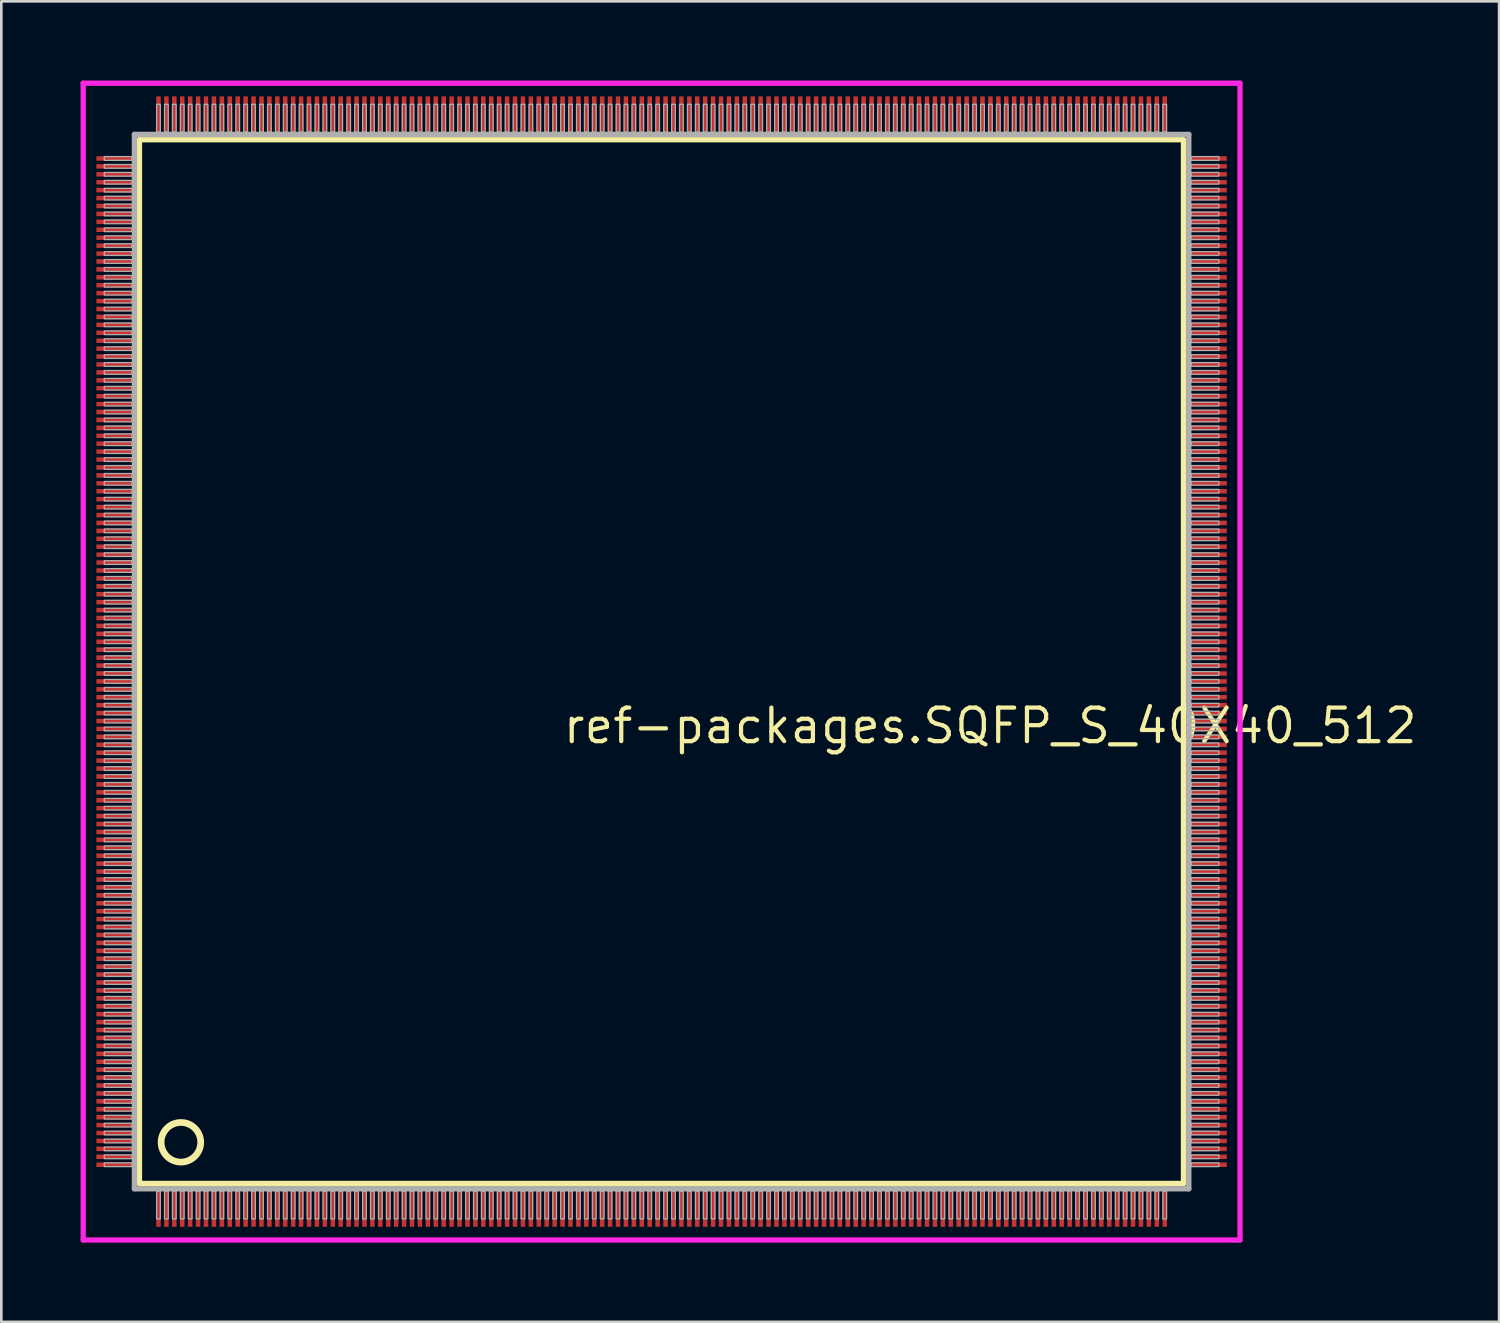
<source format=kicad_pcb>
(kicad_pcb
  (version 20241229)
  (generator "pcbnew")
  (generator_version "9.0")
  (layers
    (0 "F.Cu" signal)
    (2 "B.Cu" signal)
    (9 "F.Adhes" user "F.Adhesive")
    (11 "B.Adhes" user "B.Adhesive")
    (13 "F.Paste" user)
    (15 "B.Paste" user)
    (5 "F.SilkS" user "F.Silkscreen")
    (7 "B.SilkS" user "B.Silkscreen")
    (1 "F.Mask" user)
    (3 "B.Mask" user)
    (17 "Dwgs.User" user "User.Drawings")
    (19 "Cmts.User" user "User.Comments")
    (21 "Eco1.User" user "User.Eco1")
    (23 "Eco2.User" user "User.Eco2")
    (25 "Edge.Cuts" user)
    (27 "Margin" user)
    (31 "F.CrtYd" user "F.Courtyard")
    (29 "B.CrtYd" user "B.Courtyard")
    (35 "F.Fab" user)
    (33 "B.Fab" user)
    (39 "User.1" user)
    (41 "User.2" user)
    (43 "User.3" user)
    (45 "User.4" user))
  (footprint "ref-packages.SQFP_S_40X40_512"
    (layer "F.Cu")
    (at 22 22)
    (property "Reference" "ref-packages.SQFP_S_40X40_512" (at -3.81 3.175 0) (layer "F.SilkS") (effects (font (size 1.27 1.27) (thickness 0.16)) (justify left bottom)))
    (attr smd)
    (fp_line (start -19.77 -19.76) (end 19.76 -19.76) (stroke (width 0.203) (type default)) (layer "F.SilkS"))
    (fp_line (start -19.77 19.76) (end -19.77 -19.76) (stroke (width 0.203) (type default)) (layer "F.SilkS"))
    (fp_line (start 19.76 19.76) (end -19.77 19.76) (stroke (width 0.203) (type default)) (layer "F.SilkS"))
    (fp_line (start 19.76 -19.76) (end 19.76 19.76) (stroke (width 0.203) (type default)) (layer "F.SilkS"))
    (fp_circle (center -18.2 18.2) (end -17.45 18.2) (stroke (width 0.254) (type default)) (fill no) (layer "F.SilkS"))
    (fp_line (start -21.9 -21.9) (end 21.9 -21.9) (stroke (width 0.2) (type default)) (layer "F.CrtYd"))
    (fp_line (start -21.9 21.9) (end -21.9 -21.9) (stroke (width 0.2) (type default)) (layer "F.CrtYd"))
    (fp_line (start 21.9 -21.9) (end 21.9 21.9) (stroke (width 0.2) (type default)) (layer "F.CrtYd"))
    (fp_line (start 21.9 21.9) (end -21.9 21.9) (stroke (width 0.2) (type default)) (layer "F.CrtYd"))
    (fp_line (start -19.96 -19.96) (end -19.96 19.96) (stroke (width 0.203) (type default)) (layer "F.Fab"))
    (fp_line (start -19.96 19.96) (end 19.96 19.96) (stroke (width 0.203) (type default)) (layer "F.Fab"))
    (fp_line (start 19.96 -19.96) (end -19.96 -19.96) (stroke (width 0.203) (type default)) (layer "F.Fab"))
    (fp_line (start 19.96 19.96) (end 19.96 -19.96) (stroke (width 0.203) (type default)) (layer "F.Fab"))
    (fp_rect (start -21.1 -18.98) (end -20.05 -19.12) (stroke (width 0.05) (type default)) (fill no) (layer "F.Fab"))
    (fp_rect (start -21.1 -18.68) (end -20.05 -18.82) (stroke (width 0.05) (type default)) (fill no) (layer "F.Fab"))
    (fp_rect (start -21.1 -18.38) (end -20.05 -18.52) (stroke (width 0.05) (type default)) (fill no) (layer "F.Fab"))
    (fp_rect (start -21.1 -18.08) (end -20.05 -18.22) (stroke (width 0.05) (type default)) (fill no) (layer "F.Fab"))
    (fp_rect (start -21.1 -17.78) (end -20.05 -17.92) (stroke (width 0.05) (type default)) (fill no) (layer "F.Fab"))
    (fp_rect (start -21.1 -17.48) (end -20.05 -17.62) (stroke (width 0.05) (type default)) (fill no) (layer "F.Fab"))
    (fp_rect (start -21.1 -17.18) (end -20.05 -17.32) (stroke (width 0.05) (type default)) (fill no) (layer "F.Fab"))
    (fp_rect (start -21.1 -16.88) (end -20.05 -17.02) (stroke (width 0.05) (type default)) (fill no) (layer "F.Fab"))
    (fp_rect (start -21.1 -16.58) (end -20.05 -16.72) (stroke (width 0.05) (type default)) (fill no) (layer "F.Fab"))
    (fp_rect (start -21.1 -16.28) (end -20.05 -16.42) (stroke (width 0.05) (type default)) (fill no) (layer "F.Fab"))
    (fp_rect (start -21.1 -15.98) (end -20.05 -16.12) (stroke (width 0.05) (type default)) (fill no) (layer "F.Fab"))
    (fp_rect (start -21.1 -15.68) (end -20.05 -15.82) (stroke (width 0.05) (type default)) (fill no) (layer "F.Fab"))
    (fp_rect (start -21.1 -15.38) (end -20.05 -15.52) (stroke (width 0.05) (type default)) (fill no) (layer "F.Fab"))
    (fp_rect (start -21.1 -15.08) (end -20.05 -15.22) (stroke (width 0.05) (type default)) (fill no) (layer "F.Fab"))
    (fp_rect (start -21.1 -14.78) (end -20.05 -14.92) (stroke (width 0.05) (type default)) (fill no) (layer "F.Fab"))
    (fp_rect (start -21.1 -14.48) (end -20.05 -14.62) (stroke (width 0.05) (type default)) (fill no) (layer "F.Fab"))
    (fp_rect (start -21.1 -14.18) (end -20.05 -14.32) (stroke (width 0.05) (type default)) (fill no) (layer "F.Fab"))
    (fp_rect (start -21.1 -13.88) (end -20.05 -14.02) (stroke (width 0.05) (type default)) (fill no) (layer "F.Fab"))
    (fp_rect (start -21.1 -13.58) (end -20.05 -13.72) (stroke (width 0.05) (type default)) (fill no) (layer "F.Fab"))
    (fp_rect (start -21.1 -13.28) (end -20.05 -13.42) (stroke (width 0.05) (type default)) (fill no) (layer "F.Fab"))
    (fp_rect (start -21.1 -12.98) (end -20.05 -13.12) (stroke (width 0.05) (type default)) (fill no) (layer "F.Fab"))
    (fp_rect (start -21.1 -12.68) (end -20.05 -12.82) (stroke (width 0.05) (type default)) (fill no) (layer "F.Fab"))
    (fp_rect (start -21.1 -12.38) (end -20.05 -12.52) (stroke (width 0.05) (type default)) (fill no) (layer "F.Fab"))
    (fp_rect (start -21.1 -12.08) (end -20.05 -12.22) (stroke (width 0.05) (type default)) (fill no) (layer "F.Fab"))
    (fp_rect (start -21.1 -11.78) (end -20.05 -11.92) (stroke (width 0.05) (type default)) (fill no) (layer "F.Fab"))
    (fp_rect (start -21.1 -11.48) (end -20.05 -11.62) (stroke (width 0.05) (type default)) (fill no) (layer "F.Fab"))
    (fp_rect (start -21.1 -11.18) (end -20.05 -11.32) (stroke (width 0.05) (type default)) (fill no) (layer "F.Fab"))
    (fp_rect (start -21.1 -10.88) (end -20.05 -11.02) (stroke (width 0.05) (type default)) (fill no) (layer "F.Fab"))
    (fp_rect (start -21.1 -10.58) (end -20.05 -10.72) (stroke (width 0.05) (type default)) (fill no) (layer "F.Fab"))
    (fp_rect (start -21.1 -10.28) (end -20.05 -10.42) (stroke (width 0.05) (type default)) (fill no) (layer "F.Fab"))
    (fp_rect (start -21.1 -9.98) (end -20.05 -10.12) (stroke (width 0.05) (type default)) (fill no) (layer "F.Fab"))
    (fp_rect (start -21.1 -9.68) (end -20.05 -9.82) (stroke (width 0.05) (type default)) (fill no) (layer "F.Fab"))
    (fp_rect (start -21.1 -9.38) (end -20.05 -9.52) (stroke (width 0.05) (type default)) (fill no) (layer "F.Fab"))
    (fp_rect (start -21.1 -9.08) (end -20.05 -9.22) (stroke (width 0.05) (type default)) (fill no) (layer "F.Fab"))
    (fp_rect (start -21.1 -8.78) (end -20.05 -8.92) (stroke (width 0.05) (type default)) (fill no) (layer "F.Fab"))
    (fp_rect (start -21.1 -8.48) (end -20.05 -8.62) (stroke (width 0.05) (type default)) (fill no) (layer "F.Fab"))
    (fp_rect (start -21.1 -8.18) (end -20.05 -8.32) (stroke (width 0.05) (type default)) (fill no) (layer "F.Fab"))
    (fp_rect (start -21.1 -7.88) (end -20.05 -8.02) (stroke (width 0.05) (type default)) (fill no) (layer "F.Fab"))
    (fp_rect (start -21.1 -7.58) (end -20.05 -7.72) (stroke (width 0.05) (type default)) (fill no) (layer "F.Fab"))
    (fp_rect (start -21.1 -7.28) (end -20.05 -7.42) (stroke (width 0.05) (type default)) (fill no) (layer "F.Fab"))
    (fp_rect (start -21.1 -6.98) (end -20.05 -7.12) (stroke (width 0.05) (type default)) (fill no) (layer "F.Fab"))
    (fp_rect (start -21.1 -6.68) (end -20.05 -6.82) (stroke (width 0.05) (type default)) (fill no) (layer "F.Fab"))
    (fp_rect (start -21.1 -6.38) (end -20.05 -6.52) (stroke (width 0.05) (type default)) (fill no) (layer "F.Fab"))
    (fp_rect (start -21.1 -6.08) (end -20.05 -6.22) (stroke (width 0.05) (type default)) (fill no) (layer "F.Fab"))
    (fp_rect (start -21.1 -5.78) (end -20.05 -5.92) (stroke (width 0.05) (type default)) (fill no) (layer "F.Fab"))
    (fp_rect (start -21.1 -5.48) (end -20.05 -5.62) (stroke (width 0.05) (type default)) (fill no) (layer "F.Fab"))
    (fp_rect (start -21.1 -5.18) (end -20.05 -5.32) (stroke (width 0.05) (type default)) (fill no) (layer "F.Fab"))
    (fp_rect (start -21.1 -4.88) (end -20.05 -5.02) (stroke (width 0.05) (type default)) (fill no) (layer "F.Fab"))
    (fp_rect (start -21.1 -4.58) (end -20.05 -4.72) (stroke (width 0.05) (type default)) (fill no) (layer "F.Fab"))
    (fp_rect (start -21.1 -4.28) (end -20.05 -4.42) (stroke (width 0.05) (type default)) (fill no) (layer "F.Fab"))
    (fp_rect (start -21.1 -3.98) (end -20.05 -4.12) (stroke (width 0.05) (type default)) (fill no) (layer "F.Fab"))
    (fp_rect (start -21.1 -3.68) (end -20.05 -3.82) (stroke (width 0.05) (type default)) (fill no) (layer "F.Fab"))
    (fp_rect (start -21.1 -3.38) (end -20.05 -3.52) (stroke (width 0.05) (type default)) (fill no) (layer "F.Fab"))
    (fp_rect (start -21.1 -3.08) (end -20.05 -3.22) (stroke (width 0.05) (type default)) (fill no) (layer "F.Fab"))
    (fp_rect (start -21.1 -2.78) (end -20.05 -2.92) (stroke (width 0.05) (type default)) (fill no) (layer "F.Fab"))
    (fp_rect (start -21.1 -2.48) (end -20.05 -2.62) (stroke (width 0.05) (type default)) (fill no) (layer "F.Fab"))
    (fp_rect (start -21.1 -2.18) (end -20.05 -2.32) (stroke (width 0.05) (type default)) (fill no) (layer "F.Fab"))
    (fp_rect (start -21.1 -1.88) (end -20.05 -2.02) (stroke (width 0.05) (type default)) (fill no) (layer "F.Fab"))
    (fp_rect (start -21.1 -1.58) (end -20.05 -1.72) (stroke (width 0.05) (type default)) (fill no) (layer "F.Fab"))
    (fp_rect (start -21.1 -1.28) (end -20.05 -1.42) (stroke (width 0.05) (type default)) (fill no) (layer "F.Fab"))
    (fp_rect (start -21.1 -0.98) (end -20.05 -1.12) (stroke (width 0.05) (type default)) (fill no) (layer "F.Fab"))
    (fp_rect (start -21.1 -0.68) (end -20.05 -0.82) (stroke (width 0.05) (type default)) (fill no) (layer "F.Fab"))
    (fp_rect (start -21.1 -0.38) (end -20.05 -0.52) (stroke (width 0.05) (type default)) (fill no) (layer "F.Fab"))
    (fp_rect (start -21.1 -0.08) (end -20.05 -0.22) (stroke (width 0.05) (type default)) (fill no) (layer "F.Fab"))
    (fp_rect (start -21.1 0.22) (end -20.05 0.08) (stroke (width 0.05) (type default)) (fill no) (layer "F.Fab"))
    (fp_rect (start -21.1 0.52) (end -20.05 0.38) (stroke (width 0.05) (type default)) (fill no) (layer "F.Fab"))
    (fp_rect (start -21.1 0.82) (end -20.05 0.68) (stroke (width 0.05) (type default)) (fill no) (layer "F.Fab"))
    (fp_rect (start -21.1 1.12) (end -20.05 0.98) (stroke (width 0.05) (type default)) (fill no) (layer "F.Fab"))
    (fp_rect (start -21.1 1.42) (end -20.05 1.28) (stroke (width 0.05) (type default)) (fill no) (layer "F.Fab"))
    (fp_rect (start -21.1 1.72) (end -20.05 1.58) (stroke (width 0.05) (type default)) (fill no) (layer "F.Fab"))
    (fp_rect (start -21.1 2.02) (end -20.05 1.88) (stroke (width 0.05) (type default)) (fill no) (layer "F.Fab"))
    (fp_rect (start -21.1 2.32) (end -20.05 2.18) (stroke (width 0.05) (type default)) (fill no) (layer "F.Fab"))
    (fp_rect (start -21.1 2.62) (end -20.05 2.48) (stroke (width 0.05) (type default)) (fill no) (layer "F.Fab"))
    (fp_rect (start -21.1 2.92) (end -20.05 2.78) (stroke (width 0.05) (type default)) (fill no) (layer "F.Fab"))
    (fp_rect (start -21.1 3.22) (end -20.05 3.08) (stroke (width 0.05) (type default)) (fill no) (layer "F.Fab"))
    (fp_rect (start -21.1 3.52) (end -20.05 3.38) (stroke (width 0.05) (type default)) (fill no) (layer "F.Fab"))
    (fp_rect (start -21.1 3.82) (end -20.05 3.68) (stroke (width 0.05) (type default)) (fill no) (layer "F.Fab"))
    (fp_rect (start -21.1 4.12) (end -20.05 3.98) (stroke (width 0.05) (type default)) (fill no) (layer "F.Fab"))
    (fp_rect (start -21.1 4.42) (end -20.05 4.28) (stroke (width 0.05) (type default)) (fill no) (layer "F.Fab"))
    (fp_rect (start -21.1 4.72) (end -20.05 4.58) (stroke (width 0.05) (type default)) (fill no) (layer "F.Fab"))
    (fp_rect (start -21.1 5.02) (end -20.05 4.88) (stroke (width 0.05) (type default)) (fill no) (layer "F.Fab"))
    (fp_rect (start -21.1 5.32) (end -20.05 5.18) (stroke (width 0.05) (type default)) (fill no) (layer "F.Fab"))
    (fp_rect (start -21.1 5.62) (end -20.05 5.48) (stroke (width 0.05) (type default)) (fill no) (layer "F.Fab"))
    (fp_rect (start -21.1 5.92) (end -20.05 5.78) (stroke (width 0.05) (type default)) (fill no) (layer "F.Fab"))
    (fp_rect (start -21.1 6.22) (end -20.05 6.08) (stroke (width 0.05) (type default)) (fill no) (layer "F.Fab"))
    (fp_rect (start -21.1 6.52) (end -20.05 6.38) (stroke (width 0.05) (type default)) (fill no) (layer "F.Fab"))
    (fp_rect (start -21.1 6.82) (end -20.05 6.68) (stroke (width 0.05) (type default)) (fill no) (layer "F.Fab"))
    (fp_rect (start -21.1 7.12) (end -20.05 6.98) (stroke (width 0.05) (type default)) (fill no) (layer "F.Fab"))
    (fp_rect (start -21.1 7.42) (end -20.05 7.28) (stroke (width 0.05) (type default)) (fill no) (layer "F.Fab"))
    (fp_rect (start -21.1 7.72) (end -20.05 7.58) (stroke (width 0.05) (type default)) (fill no) (layer "F.Fab"))
    (fp_rect (start -21.1 8.02) (end -20.05 7.88) (stroke (width 0.05) (type default)) (fill no) (layer "F.Fab"))
    (fp_rect (start -21.1 8.32) (end -20.05 8.18) (stroke (width 0.05) (type default)) (fill no) (layer "F.Fab"))
    (fp_rect (start -21.1 8.62) (end -20.05 8.48) (stroke (width 0.05) (type default)) (fill no) (layer "F.Fab"))
    (fp_rect (start -21.1 8.92) (end -20.05 8.78) (stroke (width 0.05) (type default)) (fill no) (layer "F.Fab"))
    (fp_rect (start -21.1 9.22) (end -20.05 9.08) (stroke (width 0.05) (type default)) (fill no) (layer "F.Fab"))
    (fp_rect (start -21.1 9.52) (end -20.05 9.38) (stroke (width 0.05) (type default)) (fill no) (layer "F.Fab"))
    (fp_rect (start -21.1 9.82) (end -20.05 9.68) (stroke (width 0.05) (type default)) (fill no) (layer "F.Fab"))
    (fp_rect (start -21.1 10.12) (end -20.05 9.98) (stroke (width 0.05) (type default)) (fill no) (layer "F.Fab"))
    (fp_rect (start -21.1 10.42) (end -20.05 10.28) (stroke (width 0.05) (type default)) (fill no) (layer "F.Fab"))
    (fp_rect (start -21.1 10.72) (end -20.05 10.58) (stroke (width 0.05) (type default)) (fill no) (layer "F.Fab"))
    (fp_rect (start -21.1 11.02) (end -20.05 10.88) (stroke (width 0.05) (type default)) (fill no) (layer "F.Fab"))
    (fp_rect (start -21.1 11.32) (end -20.05 11.18) (stroke (width 0.05) (type default)) (fill no) (layer "F.Fab"))
    (fp_rect (start -21.1 11.62) (end -20.05 11.48) (stroke (width 0.05) (type default)) (fill no) (layer "F.Fab"))
    (fp_rect (start -21.1 11.92) (end -20.05 11.78) (stroke (width 0.05) (type default)) (fill no) (layer "F.Fab"))
    (fp_rect (start -21.1 12.22) (end -20.05 12.08) (stroke (width 0.05) (type default)) (fill no) (layer "F.Fab"))
    (fp_rect (start -21.1 12.52) (end -20.05 12.38) (stroke (width 0.05) (type default)) (fill no) (layer "F.Fab"))
    (fp_rect (start -21.1 12.82) (end -20.05 12.68) (stroke (width 0.05) (type default)) (fill no) (layer "F.Fab"))
    (fp_rect (start -21.1 13.12) (end -20.05 12.98) (stroke (width 0.05) (type default)) (fill no) (layer "F.Fab"))
    (fp_rect (start -21.1 13.42) (end -20.05 13.28) (stroke (width 0.05) (type default)) (fill no) (layer "F.Fab"))
    (fp_rect (start -21.1 13.72) (end -20.05 13.58) (stroke (width 0.05) (type default)) (fill no) (layer "F.Fab"))
    (fp_rect (start -21.1 14.02) (end -20.05 13.88) (stroke (width 0.05) (type default)) (fill no) (layer "F.Fab"))
    (fp_rect (start -21.1 14.32) (end -20.05 14.18) (stroke (width 0.05) (type default)) (fill no) (layer "F.Fab"))
    (fp_rect (start -21.1 14.62) (end -20.05 14.48) (stroke (width 0.05) (type default)) (fill no) (layer "F.Fab"))
    (fp_rect (start -21.1 14.92) (end -20.05 14.78) (stroke (width 0.05) (type default)) (fill no) (layer "F.Fab"))
    (fp_rect (start -21.1 15.22) (end -20.05 15.08) (stroke (width 0.05) (type default)) (fill no) (layer "F.Fab"))
    (fp_rect (start -21.1 15.52) (end -20.05 15.38) (stroke (width 0.05) (type default)) (fill no) (layer "F.Fab"))
    (fp_rect (start -21.1 15.82) (end -20.05 15.68) (stroke (width 0.05) (type default)) (fill no) (layer "F.Fab"))
    (fp_rect (start -21.1 16.12) (end -20.05 15.98) (stroke (width 0.05) (type default)) (fill no) (layer "F.Fab"))
    (fp_rect (start -21.1 16.42) (end -20.05 16.28) (stroke (width 0.05) (type default)) (fill no) (layer "F.Fab"))
    (fp_rect (start -21.1 16.72) (end -20.05 16.58) (stroke (width 0.05) (type default)) (fill no) (layer "F.Fab"))
    (fp_rect (start -21.1 17.02) (end -20.05 16.88) (stroke (width 0.05) (type default)) (fill no) (layer "F.Fab"))
    (fp_rect (start -21.1 17.32) (end -20.05 17.18) (stroke (width 0.05) (type default)) (fill no) (layer "F.Fab"))
    (fp_rect (start -21.1 17.62) (end -20.05 17.48) (stroke (width 0.05) (type default)) (fill no) (layer "F.Fab"))
    (fp_rect (start -21.1 17.92) (end -20.05 17.78) (stroke (width 0.05) (type default)) (fill no) (layer "F.Fab"))
    (fp_rect (start -21.1 18.22) (end -20.05 18.08) (stroke (width 0.05) (type default)) (fill no) (layer "F.Fab"))
    (fp_rect (start -21.1 18.52) (end -20.05 18.38) (stroke (width 0.05) (type default)) (fill no) (layer "F.Fab"))
    (fp_rect (start -21.1 18.82) (end -20.05 18.68) (stroke (width 0.05) (type default)) (fill no) (layer "F.Fab"))
    (fp_rect (start -21.1 19.12) (end -20.05 18.98) (stroke (width 0.05) (type default)) (fill no) (layer "F.Fab"))
    (fp_rect (start -19.12 -20.05) (end -18.98 -21.1) (stroke (width 0.05) (type default)) (fill no) (layer "F.Fab"))
    (fp_rect (start -19.12 21.1) (end -18.98 20.05) (stroke (width 0.05) (type default)) (fill no) (layer "F.Fab"))
    (fp_rect (start -18.82 -20.05) (end -18.68 -21.1) (stroke (width 0.05) (type default)) (fill no) (layer "F.Fab"))
    (fp_rect (start -18.82 21.1) (end -18.68 20.05) (stroke (width 0.05) (type default)) (fill no) (layer "F.Fab"))
    (fp_rect (start -18.52 -20.05) (end -18.38 -21.1) (stroke (width 0.05) (type default)) (fill no) (layer "F.Fab"))
    (fp_rect (start -18.52 21.1) (end -18.38 20.05) (stroke (width 0.05) (type default)) (fill no) (layer "F.Fab"))
    (fp_rect (start -18.22 -20.05) (end -18.08 -21.1) (stroke (width 0.05) (type default)) (fill no) (layer "F.Fab"))
    (fp_rect (start -18.22 21.1) (end -18.08 20.05) (stroke (width 0.05) (type default)) (fill no) (layer "F.Fab"))
    (fp_rect (start -17.92 -20.05) (end -17.78 -21.1) (stroke (width 0.05) (type default)) (fill no) (layer "F.Fab"))
    (fp_rect (start -17.92 21.1) (end -17.78 20.05) (stroke (width 0.05) (type default)) (fill no) (layer "F.Fab"))
    (fp_rect (start -17.62 -20.05) (end -17.48 -21.1) (stroke (width 0.05) (type default)) (fill no) (layer "F.Fab"))
    (fp_rect (start -17.62 21.1) (end -17.48 20.05) (stroke (width 0.05) (type default)) (fill no) (layer "F.Fab"))
    (fp_rect (start -17.32 -20.05) (end -17.18 -21.1) (stroke (width 0.05) (type default)) (fill no) (layer "F.Fab"))
    (fp_rect (start -17.32 21.1) (end -17.18 20.05) (stroke (width 0.05) (type default)) (fill no) (layer "F.Fab"))
    (fp_rect (start -17.02 -20.05) (end -16.88 -21.1) (stroke (width 0.05) (type default)) (fill no) (layer "F.Fab"))
    (fp_rect (start -17.02 21.1) (end -16.88 20.05) (stroke (width 0.05) (type default)) (fill no) (layer "F.Fab"))
    (fp_rect (start -16.72 -20.05) (end -16.58 -21.1) (stroke (width 0.05) (type default)) (fill no) (layer "F.Fab"))
    (fp_rect (start -16.72 21.1) (end -16.58 20.05) (stroke (width 0.05) (type default)) (fill no) (layer "F.Fab"))
    (fp_rect (start -16.42 -20.05) (end -16.28 -21.1) (stroke (width 0.05) (type default)) (fill no) (layer "F.Fab"))
    (fp_rect (start -16.42 21.1) (end -16.28 20.05) (stroke (width 0.05) (type default)) (fill no) (layer "F.Fab"))
    (fp_rect (start -16.12 -20.05) (end -15.98 -21.1) (stroke (width 0.05) (type default)) (fill no) (layer "F.Fab"))
    (fp_rect (start -16.12 21.1) (end -15.98 20.05) (stroke (width 0.05) (type default)) (fill no) (layer "F.Fab"))
    (fp_rect (start -15.82 -20.05) (end -15.68 -21.1) (stroke (width 0.05) (type default)) (fill no) (layer "F.Fab"))
    (fp_rect (start -15.82 21.1) (end -15.68 20.05) (stroke (width 0.05) (type default)) (fill no) (layer "F.Fab"))
    (fp_rect (start -15.52 -20.05) (end -15.38 -21.1) (stroke (width 0.05) (type default)) (fill no) (layer "F.Fab"))
    (fp_rect (start -15.52 21.1) (end -15.38 20.05) (stroke (width 0.05) (type default)) (fill no) (layer "F.Fab"))
    (fp_rect (start -15.22 -20.05) (end -15.08 -21.1) (stroke (width 0.05) (type default)) (fill no) (layer "F.Fab"))
    (fp_rect (start -15.22 21.1) (end -15.08 20.05) (stroke (width 0.05) (type default)) (fill no) (layer "F.Fab"))
    (fp_rect (start -14.92 -20.05) (end -14.78 -21.1) (stroke (width 0.05) (type default)) (fill no) (layer "F.Fab"))
    (fp_rect (start -14.92 21.1) (end -14.78 20.05) (stroke (width 0.05) (type default)) (fill no) (layer "F.Fab"))
    (fp_rect (start -14.62 -20.05) (end -14.48 -21.1) (stroke (width 0.05) (type default)) (fill no) (layer "F.Fab"))
    (fp_rect (start -14.62 21.1) (end -14.48 20.05) (stroke (width 0.05) (type default)) (fill no) (layer "F.Fab"))
    (fp_rect (start -14.32 -20.05) (end -14.18 -21.1) (stroke (width 0.05) (type default)) (fill no) (layer "F.Fab"))
    (fp_rect (start -14.32 21.1) (end -14.18 20.05) (stroke (width 0.05) (type default)) (fill no) (layer "F.Fab"))
    (fp_rect (start -14.02 -20.05) (end -13.88 -21.1) (stroke (width 0.05) (type default)) (fill no) (layer "F.Fab"))
    (fp_rect (start -14.02 21.1) (end -13.88 20.05) (stroke (width 0.05) (type default)) (fill no) (layer "F.Fab"))
    (fp_rect (start -13.72 -20.05) (end -13.58 -21.1) (stroke (width 0.05) (type default)) (fill no) (layer "F.Fab"))
    (fp_rect (start -13.72 21.1) (end -13.58 20.05) (stroke (width 0.05) (type default)) (fill no) (layer "F.Fab"))
    (fp_rect (start -13.42 -20.05) (end -13.28 -21.1) (stroke (width 0.05) (type default)) (fill no) (layer "F.Fab"))
    (fp_rect (start -13.42 21.1) (end -13.28 20.05) (stroke (width 0.05) (type default)) (fill no) (layer "F.Fab"))
    (fp_rect (start -13.12 -20.05) (end -12.98 -21.1) (stroke (width 0.05) (type default)) (fill no) (layer "F.Fab"))
    (fp_rect (start -13.12 21.1) (end -12.98 20.05) (stroke (width 0.05) (type default)) (fill no) (layer "F.Fab"))
    (fp_rect (start -12.82 -20.05) (end -12.68 -21.1) (stroke (width 0.05) (type default)) (fill no) (layer "F.Fab"))
    (fp_rect (start -12.82 21.1) (end -12.68 20.05) (stroke (width 0.05) (type default)) (fill no) (layer "F.Fab"))
    (fp_rect (start -12.52 -20.05) (end -12.38 -21.1) (stroke (width 0.05) (type default)) (fill no) (layer "F.Fab"))
    (fp_rect (start -12.52 21.1) (end -12.38 20.05) (stroke (width 0.05) (type default)) (fill no) (layer "F.Fab"))
    (fp_rect (start -12.22 -20.05) (end -12.08 -21.1) (stroke (width 0.05) (type default)) (fill no) (layer "F.Fab"))
    (fp_rect (start -12.22 21.1) (end -12.08 20.05) (stroke (width 0.05) (type default)) (fill no) (layer "F.Fab"))
    (fp_rect (start -11.92 -20.05) (end -11.78 -21.1) (stroke (width 0.05) (type default)) (fill no) (layer "F.Fab"))
    (fp_rect (start -11.92 21.1) (end -11.78 20.05) (stroke (width 0.05) (type default)) (fill no) (layer "F.Fab"))
    (fp_rect (start -11.62 -20.05) (end -11.48 -21.1) (stroke (width 0.05) (type default)) (fill no) (layer "F.Fab"))
    (fp_rect (start -11.62 21.1) (end -11.48 20.05) (stroke (width 0.05) (type default)) (fill no) (layer "F.Fab"))
    (fp_rect (start -11.32 -20.05) (end -11.18 -21.1) (stroke (width 0.05) (type default)) (fill no) (layer "F.Fab"))
    (fp_rect (start -11.32 21.1) (end -11.18 20.05) (stroke (width 0.05) (type default)) (fill no) (layer "F.Fab"))
    (fp_rect (start -11.02 -20.05) (end -10.88 -21.1) (stroke (width 0.05) (type default)) (fill no) (layer "F.Fab"))
    (fp_rect (start -11.02 21.1) (end -10.88 20.05) (stroke (width 0.05) (type default)) (fill no) (layer "F.Fab"))
    (fp_rect (start -10.72 -20.05) (end -10.58 -21.1) (stroke (width 0.05) (type default)) (fill no) (layer "F.Fab"))
    (fp_rect (start -10.72 21.1) (end -10.58 20.05) (stroke (width 0.05) (type default)) (fill no) (layer "F.Fab"))
    (fp_rect (start -10.42 -20.05) (end -10.28 -21.1) (stroke (width 0.05) (type default)) (fill no) (layer "F.Fab"))
    (fp_rect (start -10.42 21.1) (end -10.28 20.05) (stroke (width 0.05) (type default)) (fill no) (layer "F.Fab"))
    (fp_rect (start -10.12 -20.05) (end -9.98 -21.1) (stroke (width 0.05) (type default)) (fill no) (layer "F.Fab"))
    (fp_rect (start -10.12 21.1) (end -9.98 20.05) (stroke (width 0.05) (type default)) (fill no) (layer "F.Fab"))
    (fp_rect (start -9.82 -20.05) (end -9.68 -21.1) (stroke (width 0.05) (type default)) (fill no) (layer "F.Fab"))
    (fp_rect (start -9.82 21.1) (end -9.68 20.05) (stroke (width 0.05) (type default)) (fill no) (layer "F.Fab"))
    (fp_rect (start -9.52 -20.05) (end -9.38 -21.1) (stroke (width 0.05) (type default)) (fill no) (layer "F.Fab"))
    (fp_rect (start -9.52 21.1) (end -9.38 20.05) (stroke (width 0.05) (type default)) (fill no) (layer "F.Fab"))
    (fp_rect (start -9.22 -20.05) (end -9.08 -21.1) (stroke (width 0.05) (type default)) (fill no) (layer "F.Fab"))
    (fp_rect (start -9.22 21.1) (end -9.08 20.05) (stroke (width 0.05) (type default)) (fill no) (layer "F.Fab"))
    (fp_rect (start -8.92 -20.05) (end -8.78 -21.1) (stroke (width 0.05) (type default)) (fill no) (layer "F.Fab"))
    (fp_rect (start -8.92 21.1) (end -8.78 20.05) (stroke (width 0.05) (type default)) (fill no) (layer "F.Fab"))
    (fp_rect (start -8.62 -20.05) (end -8.48 -21.1) (stroke (width 0.05) (type default)) (fill no) (layer "F.Fab"))
    (fp_rect (start -8.62 21.1) (end -8.48 20.05) (stroke (width 0.05) (type default)) (fill no) (layer "F.Fab"))
    (fp_rect (start -8.32 -20.05) (end -8.18 -21.1) (stroke (width 0.05) (type default)) (fill no) (layer "F.Fab"))
    (fp_rect (start -8.32 21.1) (end -8.18 20.05) (stroke (width 0.05) (type default)) (fill no) (layer "F.Fab"))
    (fp_rect (start -8.02 -20.05) (end -7.88 -21.1) (stroke (width 0.05) (type default)) (fill no) (layer "F.Fab"))
    (fp_rect (start -8.02 21.1) (end -7.88 20.05) (stroke (width 0.05) (type default)) (fill no) (layer "F.Fab"))
    (fp_rect (start -7.72 -20.05) (end -7.58 -21.1) (stroke (width 0.05) (type default)) (fill no) (layer "F.Fab"))
    (fp_rect (start -7.72 21.1) (end -7.58 20.05) (stroke (width 0.05) (type default)) (fill no) (layer "F.Fab"))
    (fp_rect (start -7.42 -20.05) (end -7.28 -21.1) (stroke (width 0.05) (type default)) (fill no) (layer "F.Fab"))
    (fp_rect (start -7.42 21.1) (end -7.28 20.05) (stroke (width 0.05) (type default)) (fill no) (layer "F.Fab"))
    (fp_rect (start -7.12 -20.05) (end -6.98 -21.1) (stroke (width 0.05) (type default)) (fill no) (layer "F.Fab"))
    (fp_rect (start -7.12 21.1) (end -6.98 20.05) (stroke (width 0.05) (type default)) (fill no) (layer "F.Fab"))
    (fp_rect (start -6.82 -20.05) (end -6.68 -21.1) (stroke (width 0.05) (type default)) (fill no) (layer "F.Fab"))
    (fp_rect (start -6.82 21.1) (end -6.68 20.05) (stroke (width 0.05) (type default)) (fill no) (layer "F.Fab"))
    (fp_rect (start -6.52 -20.05) (end -6.38 -21.1) (stroke (width 0.05) (type default)) (fill no) (layer "F.Fab"))
    (fp_rect (start -6.52 21.1) (end -6.38 20.05) (stroke (width 0.05) (type default)) (fill no) (layer "F.Fab"))
    (fp_rect (start -6.22 -20.05) (end -6.08 -21.1) (stroke (width 0.05) (type default)) (fill no) (layer "F.Fab"))
    (fp_rect (start -6.22 21.1) (end -6.08 20.05) (stroke (width 0.05) (type default)) (fill no) (layer "F.Fab"))
    (fp_rect (start -5.92 -20.05) (end -5.78 -21.1) (stroke (width 0.05) (type default)) (fill no) (layer "F.Fab"))
    (fp_rect (start -5.92 21.1) (end -5.78 20.05) (stroke (width 0.05) (type default)) (fill no) (layer "F.Fab"))
    (fp_rect (start -5.62 -20.05) (end -5.48 -21.1) (stroke (width 0.05) (type default)) (fill no) (layer "F.Fab"))
    (fp_rect (start -5.62 21.1) (end -5.48 20.05) (stroke (width 0.05) (type default)) (fill no) (layer "F.Fab"))
    (fp_rect (start -5.32 -20.05) (end -5.18 -21.1) (stroke (width 0.05) (type default)) (fill no) (layer "F.Fab"))
    (fp_rect (start -5.32 21.1) (end -5.18 20.05) (stroke (width 0.05) (type default)) (fill no) (layer "F.Fab"))
    (fp_rect (start -5.02 -20.05) (end -4.88 -21.1) (stroke (width 0.05) (type default)) (fill no) (layer "F.Fab"))
    (fp_rect (start -5.02 21.1) (end -4.88 20.05) (stroke (width 0.05) (type default)) (fill no) (layer "F.Fab"))
    (fp_rect (start -4.72 -20.05) (end -4.58 -21.1) (stroke (width 0.05) (type default)) (fill no) (layer "F.Fab"))
    (fp_rect (start -4.72 21.1) (end -4.58 20.05) (stroke (width 0.05) (type default)) (fill no) (layer "F.Fab"))
    (fp_rect (start -4.42 -20.05) (end -4.28 -21.1) (stroke (width 0.05) (type default)) (fill no) (layer "F.Fab"))
    (fp_rect (start -4.42 21.1) (end -4.28 20.05) (stroke (width 0.05) (type default)) (fill no) (layer "F.Fab"))
    (fp_rect (start -4.12 -20.05) (end -3.98 -21.1) (stroke (width 0.05) (type default)) (fill no) (layer "F.Fab"))
    (fp_rect (start -4.12 21.1) (end -3.98 20.05) (stroke (width 0.05) (type default)) (fill no) (layer "F.Fab"))
    (fp_rect (start -3.82 -20.05) (end -3.68 -21.1) (stroke (width 0.05) (type default)) (fill no) (layer "F.Fab"))
    (fp_rect (start -3.82 21.1) (end -3.68 20.05) (stroke (width 0.05) (type default)) (fill no) (layer "F.Fab"))
    (fp_rect (start -3.52 -20.05) (end -3.38 -21.1) (stroke (width 0.05) (type default)) (fill no) (layer "F.Fab"))
    (fp_rect (start -3.52 21.1) (end -3.38 20.05) (stroke (width 0.05) (type default)) (fill no) (layer "F.Fab"))
    (fp_rect (start -3.22 -20.05) (end -3.08 -21.1) (stroke (width 0.05) (type default)) (fill no) (layer "F.Fab"))
    (fp_rect (start -3.22 21.1) (end -3.08 20.05) (stroke (width 0.05) (type default)) (fill no) (layer "F.Fab"))
    (fp_rect (start -2.92 -20.05) (end -2.78 -21.1) (stroke (width 0.05) (type default)) (fill no) (layer "F.Fab"))
    (fp_rect (start -2.92 21.1) (end -2.78 20.05) (stroke (width 0.05) (type default)) (fill no) (layer "F.Fab"))
    (fp_rect (start -2.62 -20.05) (end -2.48 -21.1) (stroke (width 0.05) (type default)) (fill no) (layer "F.Fab"))
    (fp_rect (start -2.62 21.1) (end -2.48 20.05) (stroke (width 0.05) (type default)) (fill no) (layer "F.Fab"))
    (fp_rect (start -2.32 -20.05) (end -2.18 -21.1) (stroke (width 0.05) (type default)) (fill no) (layer "F.Fab"))
    (fp_rect (start -2.32 21.1) (end -2.18 20.05) (stroke (width 0.05) (type default)) (fill no) (layer "F.Fab"))
    (fp_rect (start -2.02 -20.05) (end -1.88 -21.1) (stroke (width 0.05) (type default)) (fill no) (layer "F.Fab"))
    (fp_rect (start -2.02 21.1) (end -1.88 20.05) (stroke (width 0.05) (type default)) (fill no) (layer "F.Fab"))
    (fp_rect (start -1.72 -20.05) (end -1.58 -21.1) (stroke (width 0.05) (type default)) (fill no) (layer "F.Fab"))
    (fp_rect (start -1.72 21.1) (end -1.58 20.05) (stroke (width 0.05) (type default)) (fill no) (layer "F.Fab"))
    (fp_rect (start -1.42 -20.05) (end -1.28 -21.1) (stroke (width 0.05) (type default)) (fill no) (layer "F.Fab"))
    (fp_rect (start -1.42 21.1) (end -1.28 20.05) (stroke (width 0.05) (type default)) (fill no) (layer "F.Fab"))
    (fp_rect (start -1.12 -20.05) (end -0.98 -21.1) (stroke (width 0.05) (type default)) (fill no) (layer "F.Fab"))
    (fp_rect (start -1.12 21.1) (end -0.98 20.05) (stroke (width 0.05) (type default)) (fill no) (layer "F.Fab"))
    (fp_rect (start -0.82 -20.05) (end -0.68 -21.1) (stroke (width 0.05) (type default)) (fill no) (layer "F.Fab"))
    (fp_rect (start -0.82 21.1) (end -0.68 20.05) (stroke (width 0.05) (type default)) (fill no) (layer "F.Fab"))
    (fp_rect (start -0.52 -20.05) (end -0.38 -21.1) (stroke (width 0.05) (type default)) (fill no) (layer "F.Fab"))
    (fp_rect (start -0.52 21.1) (end -0.38 20.05) (stroke (width 0.05) (type default)) (fill no) (layer "F.Fab"))
    (fp_rect (start -0.22 -20.05) (end -0.08 -21.1) (stroke (width 0.05) (type default)) (fill no) (layer "F.Fab"))
    (fp_rect (start -0.22 21.1) (end -0.08 20.05) (stroke (width 0.05) (type default)) (fill no) (layer "F.Fab"))
    (fp_rect (start 0.08 -20.05) (end 0.22 -21.1) (stroke (width 0.05) (type default)) (fill no) (layer "F.Fab"))
    (fp_rect (start 0.08 21.1) (end 0.22 20.05) (stroke (width 0.05) (type default)) (fill no) (layer "F.Fab"))
    (fp_rect (start 0.38 -20.05) (end 0.52 -21.1) (stroke (width 0.05) (type default)) (fill no) (layer "F.Fab"))
    (fp_rect (start 0.38 21.1) (end 0.52 20.05) (stroke (width 0.05) (type default)) (fill no) (layer "F.Fab"))
    (fp_rect (start 0.68 -20.05) (end 0.82 -21.1) (stroke (width 0.05) (type default)) (fill no) (layer "F.Fab"))
    (fp_rect (start 0.68 21.1) (end 0.82 20.05) (stroke (width 0.05) (type default)) (fill no) (layer "F.Fab"))
    (fp_rect (start 0.98 -20.05) (end 1.12 -21.1) (stroke (width 0.05) (type default)) (fill no) (layer "F.Fab"))
    (fp_rect (start 0.98 21.1) (end 1.12 20.05) (stroke (width 0.05) (type default)) (fill no) (layer "F.Fab"))
    (fp_rect (start 1.28 -20.05) (end 1.42 -21.1) (stroke (width 0.05) (type default)) (fill no) (layer "F.Fab"))
    (fp_rect (start 1.28 21.1) (end 1.42 20.05) (stroke (width 0.05) (type default)) (fill no) (layer "F.Fab"))
    (fp_rect (start 1.58 -20.05) (end 1.72 -21.1) (stroke (width 0.05) (type default)) (fill no) (layer "F.Fab"))
    (fp_rect (start 1.58 21.1) (end 1.72 20.05) (stroke (width 0.05) (type default)) (fill no) (layer "F.Fab"))
    (fp_rect (start 1.88 -20.05) (end 2.02 -21.1) (stroke (width 0.05) (type default)) (fill no) (layer "F.Fab"))
    (fp_rect (start 1.88 21.1) (end 2.02 20.05) (stroke (width 0.05) (type default)) (fill no) (layer "F.Fab"))
    (fp_rect (start 2.18 -20.05) (end 2.32 -21.1) (stroke (width 0.05) (type default)) (fill no) (layer "F.Fab"))
    (fp_rect (start 2.18 21.1) (end 2.32 20.05) (stroke (width 0.05) (type default)) (fill no) (layer "F.Fab"))
    (fp_rect (start 2.48 -20.05) (end 2.62 -21.1) (stroke (width 0.05) (type default)) (fill no) (layer "F.Fab"))
    (fp_rect (start 2.48 21.1) (end 2.62 20.05) (stroke (width 0.05) (type default)) (fill no) (layer "F.Fab"))
    (fp_rect (start 2.78 -20.05) (end 2.92 -21.1) (stroke (width 0.05) (type default)) (fill no) (layer "F.Fab"))
    (fp_rect (start 2.78 21.1) (end 2.92 20.05) (stroke (width 0.05) (type default)) (fill no) (layer "F.Fab"))
    (fp_rect (start 3.08 -20.05) (end 3.22 -21.1) (stroke (width 0.05) (type default)) (fill no) (layer "F.Fab"))
    (fp_rect (start 3.08 21.1) (end 3.22 20.05) (stroke (width 0.05) (type default)) (fill no) (layer "F.Fab"))
    (fp_rect (start 3.38 -20.05) (end 3.52 -21.1) (stroke (width 0.05) (type default)) (fill no) (layer "F.Fab"))
    (fp_rect (start 3.38 21.1) (end 3.52 20.05) (stroke (width 0.05) (type default)) (fill no) (layer "F.Fab"))
    (fp_rect (start 3.68 -20.05) (end 3.82 -21.1) (stroke (width 0.05) (type default)) (fill no) (layer "F.Fab"))
    (fp_rect (start 3.68 21.1) (end 3.82 20.05) (stroke (width 0.05) (type default)) (fill no) (layer "F.Fab"))
    (fp_rect (start 3.98 -20.05) (end 4.12 -21.1) (stroke (width 0.05) (type default)) (fill no) (layer "F.Fab"))
    (fp_rect (start 3.98 21.1) (end 4.12 20.05) (stroke (width 0.05) (type default)) (fill no) (layer "F.Fab"))
    (fp_rect (start 4.28 -20.05) (end 4.42 -21.1) (stroke (width 0.05) (type default)) (fill no) (layer "F.Fab"))
    (fp_rect (start 4.28 21.1) (end 4.42 20.05) (stroke (width 0.05) (type default)) (fill no) (layer "F.Fab"))
    (fp_rect (start 4.58 -20.05) (end 4.72 -21.1) (stroke (width 0.05) (type default)) (fill no) (layer "F.Fab"))
    (fp_rect (start 4.58 21.1) (end 4.72 20.05) (stroke (width 0.05) (type default)) (fill no) (layer "F.Fab"))
    (fp_rect (start 4.88 -20.05) (end 5.02 -21.1) (stroke (width 0.05) (type default)) (fill no) (layer "F.Fab"))
    (fp_rect (start 4.88 21.1) (end 5.02 20.05) (stroke (width 0.05) (type default)) (fill no) (layer "F.Fab"))
    (fp_rect (start 5.18 -20.05) (end 5.32 -21.1) (stroke (width 0.05) (type default)) (fill no) (layer "F.Fab"))
    (fp_rect (start 5.18 21.1) (end 5.32 20.05) (stroke (width 0.05) (type default)) (fill no) (layer "F.Fab"))
    (fp_rect (start 5.48 -20.05) (end 5.62 -21.1) (stroke (width 0.05) (type default)) (fill no) (layer "F.Fab"))
    (fp_rect (start 5.48 21.1) (end 5.62 20.05) (stroke (width 0.05) (type default)) (fill no) (layer "F.Fab"))
    (fp_rect (start 5.78 -20.05) (end 5.92 -21.1) (stroke (width 0.05) (type default)) (fill no) (layer "F.Fab"))
    (fp_rect (start 5.78 21.1) (end 5.92 20.05) (stroke (width 0.05) (type default)) (fill no) (layer "F.Fab"))
    (fp_rect (start 6.08 -20.05) (end 6.22 -21.1) (stroke (width 0.05) (type default)) (fill no) (layer "F.Fab"))
    (fp_rect (start 6.08 21.1) (end 6.22 20.05) (stroke (width 0.05) (type default)) (fill no) (layer "F.Fab"))
    (fp_rect (start 6.38 -20.05) (end 6.52 -21.1) (stroke (width 0.05) (type default)) (fill no) (layer "F.Fab"))
    (fp_rect (start 6.38 21.1) (end 6.52 20.05) (stroke (width 0.05) (type default)) (fill no) (layer "F.Fab"))
    (fp_rect (start 6.68 -20.05) (end 6.82 -21.1) (stroke (width 0.05) (type default)) (fill no) (layer "F.Fab"))
    (fp_rect (start 6.68 21.1) (end 6.82 20.05) (stroke (width 0.05) (type default)) (fill no) (layer "F.Fab"))
    (fp_rect (start 6.98 -20.05) (end 7.12 -21.1) (stroke (width 0.05) (type default)) (fill no) (layer "F.Fab"))
    (fp_rect (start 6.98 21.1) (end 7.12 20.05) (stroke (width 0.05) (type default)) (fill no) (layer "F.Fab"))
    (fp_rect (start 7.28 -20.05) (end 7.42 -21.1) (stroke (width 0.05) (type default)) (fill no) (layer "F.Fab"))
    (fp_rect (start 7.28 21.1) (end 7.42 20.05) (stroke (width 0.05) (type default)) (fill no) (layer "F.Fab"))
    (fp_rect (start 7.58 -20.05) (end 7.72 -21.1) (stroke (width 0.05) (type default)) (fill no) (layer "F.Fab"))
    (fp_rect (start 7.58 21.1) (end 7.72 20.05) (stroke (width 0.05) (type default)) (fill no) (layer "F.Fab"))
    (fp_rect (start 7.88 -20.05) (end 8.02 -21.1) (stroke (width 0.05) (type default)) (fill no) (layer "F.Fab"))
    (fp_rect (start 7.88 21.1) (end 8.02 20.05) (stroke (width 0.05) (type default)) (fill no) (layer "F.Fab"))
    (fp_rect (start 8.18 -20.05) (end 8.32 -21.1) (stroke (width 0.05) (type default)) (fill no) (layer "F.Fab"))
    (fp_rect (start 8.18 21.1) (end 8.32 20.05) (stroke (width 0.05) (type default)) (fill no) (layer "F.Fab"))
    (fp_rect (start 8.48 -20.05) (end 8.62 -21.1) (stroke (width 0.05) (type default)) (fill no) (layer "F.Fab"))
    (fp_rect (start 8.48 21.1) (end 8.62 20.05) (stroke (width 0.05) (type default)) (fill no) (layer "F.Fab"))
    (fp_rect (start 8.78 -20.05) (end 8.92 -21.1) (stroke (width 0.05) (type default)) (fill no) (layer "F.Fab"))
    (fp_rect (start 8.78 21.1) (end 8.92 20.05) (stroke (width 0.05) (type default)) (fill no) (layer "F.Fab"))
    (fp_rect (start 9.08 -20.05) (end 9.22 -21.1) (stroke (width 0.05) (type default)) (fill no) (layer "F.Fab"))
    (fp_rect (start 9.08 21.1) (end 9.22 20.05) (stroke (width 0.05) (type default)) (fill no) (layer "F.Fab"))
    (fp_rect (start 9.38 -20.05) (end 9.52 -21.1) (stroke (width 0.05) (type default)) (fill no) (layer "F.Fab"))
    (fp_rect (start 9.38 21.1) (end 9.52 20.05) (stroke (width 0.05) (type default)) (fill no) (layer "F.Fab"))
    (fp_rect (start 9.68 -20.05) (end 9.82 -21.1) (stroke (width 0.05) (type default)) (fill no) (layer "F.Fab"))
    (fp_rect (start 9.68 21.1) (end 9.82 20.05) (stroke (width 0.05) (type default)) (fill no) (layer "F.Fab"))
    (fp_rect (start 9.98 -20.05) (end 10.12 -21.1) (stroke (width 0.05) (type default)) (fill no) (layer "F.Fab"))
    (fp_rect (start 9.98 21.1) (end 10.12 20.05) (stroke (width 0.05) (type default)) (fill no) (layer "F.Fab"))
    (fp_rect (start 10.28 -20.05) (end 10.42 -21.1) (stroke (width 0.05) (type default)) (fill no) (layer "F.Fab"))
    (fp_rect (start 10.28 21.1) (end 10.42 20.05) (stroke (width 0.05) (type default)) (fill no) (layer "F.Fab"))
    (fp_rect (start 10.58 -20.05) (end 10.72 -21.1) (stroke (width 0.05) (type default)) (fill no) (layer "F.Fab"))
    (fp_rect (start 10.58 21.1) (end 10.72 20.05) (stroke (width 0.05) (type default)) (fill no) (layer "F.Fab"))
    (fp_rect (start 10.88 -20.05) (end 11.02 -21.1) (stroke (width 0.05) (type default)) (fill no) (layer "F.Fab"))
    (fp_rect (start 10.88 21.1) (end 11.02 20.05) (stroke (width 0.05) (type default)) (fill no) (layer "F.Fab"))
    (fp_rect (start 11.18 -20.05) (end 11.32 -21.1) (stroke (width 0.05) (type default)) (fill no) (layer "F.Fab"))
    (fp_rect (start 11.18 21.1) (end 11.32 20.05) (stroke (width 0.05) (type default)) (fill no) (layer "F.Fab"))
    (fp_rect (start 11.48 -20.05) (end 11.62 -21.1) (stroke (width 0.05) (type default)) (fill no) (layer "F.Fab"))
    (fp_rect (start 11.48 21.1) (end 11.62 20.05) (stroke (width 0.05) (type default)) (fill no) (layer "F.Fab"))
    (fp_rect (start 11.78 -20.05) (end 11.92 -21.1) (stroke (width 0.05) (type default)) (fill no) (layer "F.Fab"))
    (fp_rect (start 11.78 21.1) (end 11.92 20.05) (stroke (width 0.05) (type default)) (fill no) (layer "F.Fab"))
    (fp_rect (start 12.08 -20.05) (end 12.22 -21.1) (stroke (width 0.05) (type default)) (fill no) (layer "F.Fab"))
    (fp_rect (start 12.08 21.1) (end 12.22 20.05) (stroke (width 0.05) (type default)) (fill no) (layer "F.Fab"))
    (fp_rect (start 12.38 -20.05) (end 12.52 -21.1) (stroke (width 0.05) (type default)) (fill no) (layer "F.Fab"))
    (fp_rect (start 12.38 21.1) (end 12.52 20.05) (stroke (width 0.05) (type default)) (fill no) (layer "F.Fab"))
    (fp_rect (start 12.68 -20.05) (end 12.82 -21.1) (stroke (width 0.05) (type default)) (fill no) (layer "F.Fab"))
    (fp_rect (start 12.68 21.1) (end 12.82 20.05) (stroke (width 0.05) (type default)) (fill no) (layer "F.Fab"))
    (fp_rect (start 12.98 -20.05) (end 13.12 -21.1) (stroke (width 0.05) (type default)) (fill no) (layer "F.Fab"))
    (fp_rect (start 12.98 21.1) (end 13.12 20.05) (stroke (width 0.05) (type default)) (fill no) (layer "F.Fab"))
    (fp_rect (start 13.28 -20.05) (end 13.42 -21.1) (stroke (width 0.05) (type default)) (fill no) (layer "F.Fab"))
    (fp_rect (start 13.28 21.1) (end 13.42 20.05) (stroke (width 0.05) (type default)) (fill no) (layer "F.Fab"))
    (fp_rect (start 13.58 -20.05) (end 13.72 -21.1) (stroke (width 0.05) (type default)) (fill no) (layer "F.Fab"))
    (fp_rect (start 13.58 21.1) (end 13.72 20.05) (stroke (width 0.05) (type default)) (fill no) (layer "F.Fab"))
    (fp_rect (start 13.88 -20.05) (end 14.02 -21.1) (stroke (width 0.05) (type default)) (fill no) (layer "F.Fab"))
    (fp_rect (start 13.88 21.1) (end 14.02 20.05) (stroke (width 0.05) (type default)) (fill no) (layer "F.Fab"))
    (fp_rect (start 14.18 -20.05) (end 14.32 -21.1) (stroke (width 0.05) (type default)) (fill no) (layer "F.Fab"))
    (fp_rect (start 14.18 21.1) (end 14.32 20.05) (stroke (width 0.05) (type default)) (fill no) (layer "F.Fab"))
    (fp_rect (start 14.48 -20.05) (end 14.62 -21.1) (stroke (width 0.05) (type default)) (fill no) (layer "F.Fab"))
    (fp_rect (start 14.48 21.1) (end 14.62 20.05) (stroke (width 0.05) (type default)) (fill no) (layer "F.Fab"))
    (fp_rect (start 14.78 -20.05) (end 14.92 -21.1) (stroke (width 0.05) (type default)) (fill no) (layer "F.Fab"))
    (fp_rect (start 14.78 21.1) (end 14.92 20.05) (stroke (width 0.05) (type default)) (fill no) (layer "F.Fab"))
    (fp_rect (start 15.08 -20.05) (end 15.22 -21.1) (stroke (width 0.05) (type default)) (fill no) (layer "F.Fab"))
    (fp_rect (start 15.08 21.1) (end 15.22 20.05) (stroke (width 0.05) (type default)) (fill no) (layer "F.Fab"))
    (fp_rect (start 15.38 -20.05) (end 15.52 -21.1) (stroke (width 0.05) (type default)) (fill no) (layer "F.Fab"))
    (fp_rect (start 15.38 21.1) (end 15.52 20.05) (stroke (width 0.05) (type default)) (fill no) (layer "F.Fab"))
    (fp_rect (start 15.68 -20.05) (end 15.82 -21.1) (stroke (width 0.05) (type default)) (fill no) (layer "F.Fab"))
    (fp_rect (start 15.68 21.1) (end 15.82 20.05) (stroke (width 0.05) (type default)) (fill no) (layer "F.Fab"))
    (fp_rect (start 15.98 -20.05) (end 16.12 -21.1) (stroke (width 0.05) (type default)) (fill no) (layer "F.Fab"))
    (fp_rect (start 15.98 21.1) (end 16.12 20.05) (stroke (width 0.05) (type default)) (fill no) (layer "F.Fab"))
    (fp_rect (start 16.28 -20.05) (end 16.42 -21.1) (stroke (width 0.05) (type default)) (fill no) (layer "F.Fab"))
    (fp_rect (start 16.28 21.1) (end 16.42 20.05) (stroke (width 0.05) (type default)) (fill no) (layer "F.Fab"))
    (fp_rect (start 16.58 -20.05) (end 16.72 -21.1) (stroke (width 0.05) (type default)) (fill no) (layer "F.Fab"))
    (fp_rect (start 16.58 21.1) (end 16.72 20.05) (stroke (width 0.05) (type default)) (fill no) (layer "F.Fab"))
    (fp_rect (start 16.88 -20.05) (end 17.02 -21.1) (stroke (width 0.05) (type default)) (fill no) (layer "F.Fab"))
    (fp_rect (start 16.88 21.1) (end 17.02 20.05) (stroke (width 0.05) (type default)) (fill no) (layer "F.Fab"))
    (fp_rect (start 17.18 -20.05) (end 17.32 -21.1) (stroke (width 0.05) (type default)) (fill no) (layer "F.Fab"))
    (fp_rect (start 17.18 21.1) (end 17.32 20.05) (stroke (width 0.05) (type default)) (fill no) (layer "F.Fab"))
    (fp_rect (start 17.48 -20.05) (end 17.62 -21.1) (stroke (width 0.05) (type default)) (fill no) (layer "F.Fab"))
    (fp_rect (start 17.48 21.1) (end 17.62 20.05) (stroke (width 0.05) (type default)) (fill no) (layer "F.Fab"))
    (fp_rect (start 17.78 -20.05) (end 17.92 -21.1) (stroke (width 0.05) (type default)) (fill no) (layer "F.Fab"))
    (fp_rect (start 17.78 21.1) (end 17.92 20.05) (stroke (width 0.05) (type default)) (fill no) (layer "F.Fab"))
    (fp_rect (start 18.08 -20.05) (end 18.22 -21.1) (stroke (width 0.05) (type default)) (fill no) (layer "F.Fab"))
    (fp_rect (start 18.08 21.1) (end 18.22 20.05) (stroke (width 0.05) (type default)) (fill no) (layer "F.Fab"))
    (fp_rect (start 18.38 -20.05) (end 18.52 -21.1) (stroke (width 0.05) (type default)) (fill no) (layer "F.Fab"))
    (fp_rect (start 18.38 21.1) (end 18.52 20.05) (stroke (width 0.05) (type default)) (fill no) (layer "F.Fab"))
    (fp_rect (start 18.68 -20.05) (end 18.82 -21.1) (stroke (width 0.05) (type default)) (fill no) (layer "F.Fab"))
    (fp_rect (start 18.68 21.1) (end 18.82 20.05) (stroke (width 0.05) (type default)) (fill no) (layer "F.Fab"))
    (fp_rect (start 18.98 -20.05) (end 19.12 -21.1) (stroke (width 0.05) (type default)) (fill no) (layer "F.Fab"))
    (fp_rect (start 18.98 21.1) (end 19.12 20.05) (stroke (width 0.05) (type default)) (fill no) (layer "F.Fab"))
    (fp_rect (start 20.05 -18.98) (end 21.1 -19.12) (stroke (width 0.05) (type default)) (fill no) (layer "F.Fab"))
    (fp_rect (start 20.05 -18.68) (end 21.1 -18.82) (stroke (width 0.05) (type default)) (fill no) (layer "F.Fab"))
    (fp_rect (start 20.05 -18.38) (end 21.1 -18.52) (stroke (width 0.05) (type default)) (fill no) (layer "F.Fab"))
    (fp_rect (start 20.05 -18.08) (end 21.1 -18.22) (stroke (width 0.05) (type default)) (fill no) (layer "F.Fab"))
    (fp_rect (start 20.05 -17.78) (end 21.1 -17.92) (stroke (width 0.05) (type default)) (fill no) (layer "F.Fab"))
    (fp_rect (start 20.05 -17.48) (end 21.1 -17.62) (stroke (width 0.05) (type default)) (fill no) (layer "F.Fab"))
    (fp_rect (start 20.05 -17.18) (end 21.1 -17.32) (stroke (width 0.05) (type default)) (fill no) (layer "F.Fab"))
    (fp_rect (start 20.05 -16.88) (end 21.1 -17.02) (stroke (width 0.05) (type default)) (fill no) (layer "F.Fab"))
    (fp_rect (start 20.05 -16.58) (end 21.1 -16.72) (stroke (width 0.05) (type default)) (fill no) (layer "F.Fab"))
    (fp_rect (start 20.05 -16.28) (end 21.1 -16.42) (stroke (width 0.05) (type default)) (fill no) (layer "F.Fab"))
    (fp_rect (start 20.05 -15.98) (end 21.1 -16.12) (stroke (width 0.05) (type default)) (fill no) (layer "F.Fab"))
    (fp_rect (start 20.05 -15.68) (end 21.1 -15.82) (stroke (width 0.05) (type default)) (fill no) (layer "F.Fab"))
    (fp_rect (start 20.05 -15.38) (end 21.1 -15.52) (stroke (width 0.05) (type default)) (fill no) (layer "F.Fab"))
    (fp_rect (start 20.05 -15.08) (end 21.1 -15.22) (stroke (width 0.05) (type default)) (fill no) (layer "F.Fab"))
    (fp_rect (start 20.05 -14.78) (end 21.1 -14.92) (stroke (width 0.05) (type default)) (fill no) (layer "F.Fab"))
    (fp_rect (start 20.05 -14.48) (end 21.1 -14.62) (stroke (width 0.05) (type default)) (fill no) (layer "F.Fab"))
    (fp_rect (start 20.05 -14.18) (end 21.1 -14.32) (stroke (width 0.05) (type default)) (fill no) (layer "F.Fab"))
    (fp_rect (start 20.05 -13.88) (end 21.1 -14.02) (stroke (width 0.05) (type default)) (fill no) (layer "F.Fab"))
    (fp_rect (start 20.05 -13.58) (end 21.1 -13.72) (stroke (width 0.05) (type default)) (fill no) (layer "F.Fab"))
    (fp_rect (start 20.05 -13.28) (end 21.1 -13.42) (stroke (width 0.05) (type default)) (fill no) (layer "F.Fab"))
    (fp_rect (start 20.05 -12.98) (end 21.1 -13.12) (stroke (width 0.05) (type default)) (fill no) (layer "F.Fab"))
    (fp_rect (start 20.05 -12.68) (end 21.1 -12.82) (stroke (width 0.05) (type default)) (fill no) (layer "F.Fab"))
    (fp_rect (start 20.05 -12.38) (end 21.1 -12.52) (stroke (width 0.05) (type default)) (fill no) (layer "F.Fab"))
    (fp_rect (start 20.05 -12.08) (end 21.1 -12.22) (stroke (width 0.05) (type default)) (fill no) (layer "F.Fab"))
    (fp_rect (start 20.05 -11.78) (end 21.1 -11.92) (stroke (width 0.05) (type default)) (fill no) (layer "F.Fab"))
    (fp_rect (start 20.05 -11.48) (end 21.1 -11.62) (stroke (width 0.05) (type default)) (fill no) (layer "F.Fab"))
    (fp_rect (start 20.05 -11.18) (end 21.1 -11.32) (stroke (width 0.05) (type default)) (fill no) (layer "F.Fab"))
    (fp_rect (start 20.05 -10.88) (end 21.1 -11.02) (stroke (width 0.05) (type default)) (fill no) (layer "F.Fab"))
    (fp_rect (start 20.05 -10.58) (end 21.1 -10.72) (stroke (width 0.05) (type default)) (fill no) (layer "F.Fab"))
    (fp_rect (start 20.05 -10.28) (end 21.1 -10.42) (stroke (width 0.05) (type default)) (fill no) (layer "F.Fab"))
    (fp_rect (start 20.05 -9.98) (end 21.1 -10.12) (stroke (width 0.05) (type default)) (fill no) (layer "F.Fab"))
    (fp_rect (start 20.05 -9.68) (end 21.1 -9.82) (stroke (width 0.05) (type default)) (fill no) (layer "F.Fab"))
    (fp_rect (start 20.05 -9.38) (end 21.1 -9.52) (stroke (width 0.05) (type default)) (fill no) (layer "F.Fab"))
    (fp_rect (start 20.05 -9.08) (end 21.1 -9.22) (stroke (width 0.05) (type default)) (fill no) (layer "F.Fab"))
    (fp_rect (start 20.05 -8.78) (end 21.1 -8.92) (stroke (width 0.05) (type default)) (fill no) (layer "F.Fab"))
    (fp_rect (start 20.05 -8.48) (end 21.1 -8.62) (stroke (width 0.05) (type default)) (fill no) (layer "F.Fab"))
    (fp_rect (start 20.05 -8.18) (end 21.1 -8.32) (stroke (width 0.05) (type default)) (fill no) (layer "F.Fab"))
    (fp_rect (start 20.05 -7.88) (end 21.1 -8.02) (stroke (width 0.05) (type default)) (fill no) (layer "F.Fab"))
    (fp_rect (start 20.05 -7.58) (end 21.1 -7.72) (stroke (width 0.05) (type default)) (fill no) (layer "F.Fab"))
    (fp_rect (start 20.05 -7.28) (end 21.1 -7.42) (stroke (width 0.05) (type default)) (fill no) (layer "F.Fab"))
    (fp_rect (start 20.05 -6.98) (end 21.1 -7.12) (stroke (width 0.05) (type default)) (fill no) (layer "F.Fab"))
    (fp_rect (start 20.05 -6.68) (end 21.1 -6.82) (stroke (width 0.05) (type default)) (fill no) (layer "F.Fab"))
    (fp_rect (start 20.05 -6.38) (end 21.1 -6.52) (stroke (width 0.05) (type default)) (fill no) (layer "F.Fab"))
    (fp_rect (start 20.05 -6.08) (end 21.1 -6.22) (stroke (width 0.05) (type default)) (fill no) (layer "F.Fab"))
    (fp_rect (start 20.05 -5.78) (end 21.1 -5.92) (stroke (width 0.05) (type default)) (fill no) (layer "F.Fab"))
    (fp_rect (start 20.05 -5.48) (end 21.1 -5.62) (stroke (width 0.05) (type default)) (fill no) (layer "F.Fab"))
    (fp_rect (start 20.05 -5.18) (end 21.1 -5.32) (stroke (width 0.05) (type default)) (fill no) (layer "F.Fab"))
    (fp_rect (start 20.05 -4.88) (end 21.1 -5.02) (stroke (width 0.05) (type default)) (fill no) (layer "F.Fab"))
    (fp_rect (start 20.05 -4.58) (end 21.1 -4.72) (stroke (width 0.05) (type default)) (fill no) (layer "F.Fab"))
    (fp_rect (start 20.05 -4.28) (end 21.1 -4.42) (stroke (width 0.05) (type default)) (fill no) (layer "F.Fab"))
    (fp_rect (start 20.05 -3.98) (end 21.1 -4.12) (stroke (width 0.05) (type default)) (fill no) (layer "F.Fab"))
    (fp_rect (start 20.05 -3.68) (end 21.1 -3.82) (stroke (width 0.05) (type default)) (fill no) (layer "F.Fab"))
    (fp_rect (start 20.05 -3.38) (end 21.1 -3.52) (stroke (width 0.05) (type default)) (fill no) (layer "F.Fab"))
    (fp_rect (start 20.05 -3.08) (end 21.1 -3.22) (stroke (width 0.05) (type default)) (fill no) (layer "F.Fab"))
    (fp_rect (start 20.05 -2.78) (end 21.1 -2.92) (stroke (width 0.05) (type default)) (fill no) (layer "F.Fab"))
    (fp_rect (start 20.05 -2.48) (end 21.1 -2.62) (stroke (width 0.05) (type default)) (fill no) (layer "F.Fab"))
    (fp_rect (start 20.05 -2.18) (end 21.1 -2.32) (stroke (width 0.05) (type default)) (fill no) (layer "F.Fab"))
    (fp_rect (start 20.05 -1.88) (end 21.1 -2.02) (stroke (width 0.05) (type default)) (fill no) (layer "F.Fab"))
    (fp_rect (start 20.05 -1.58) (end 21.1 -1.72) (stroke (width 0.05) (type default)) (fill no) (layer "F.Fab"))
    (fp_rect (start 20.05 -1.28) (end 21.1 -1.42) (stroke (width 0.05) (type default)) (fill no) (layer "F.Fab"))
    (fp_rect (start 20.05 -0.98) (end 21.1 -1.12) (stroke (width 0.05) (type default)) (fill no) (layer "F.Fab"))
    (fp_rect (start 20.05 -0.68) (end 21.1 -0.82) (stroke (width 0.05) (type default)) (fill no) (layer "F.Fab"))
    (fp_rect (start 20.05 -0.38) (end 21.1 -0.52) (stroke (width 0.05) (type default)) (fill no) (layer "F.Fab"))
    (fp_rect (start 20.05 -0.08) (end 21.1 -0.22) (stroke (width 0.05) (type default)) (fill no) (layer "F.Fab"))
    (fp_rect (start 20.05 0.22) (end 21.1 0.08) (stroke (width 0.05) (type default)) (fill no) (layer "F.Fab"))
    (fp_rect (start 20.05 0.52) (end 21.1 0.38) (stroke (width 0.05) (type default)) (fill no) (layer "F.Fab"))
    (fp_rect (start 20.05 0.82) (end 21.1 0.68) (stroke (width 0.05) (type default)) (fill no) (layer "F.Fab"))
    (fp_rect (start 20.05 1.12) (end 21.1 0.98) (stroke (width 0.05) (type default)) (fill no) (layer "F.Fab"))
    (fp_rect (start 20.05 1.42) (end 21.1 1.28) (stroke (width 0.05) (type default)) (fill no) (layer "F.Fab"))
    (fp_rect (start 20.05 1.72) (end 21.1 1.58) (stroke (width 0.05) (type default)) (fill no) (layer "F.Fab"))
    (fp_rect (start 20.05 2.02) (end 21.1 1.88) (stroke (width 0.05) (type default)) (fill no) (layer "F.Fab"))
    (fp_rect (start 20.05 2.32) (end 21.1 2.18) (stroke (width 0.05) (type default)) (fill no) (layer "F.Fab"))
    (fp_rect (start 20.05 2.62) (end 21.1 2.48) (stroke (width 0.05) (type default)) (fill no) (layer "F.Fab"))
    (fp_rect (start 20.05 2.92) (end 21.1 2.78) (stroke (width 0.05) (type default)) (fill no) (layer "F.Fab"))
    (fp_rect (start 20.05 3.22) (end 21.1 3.08) (stroke (width 0.05) (type default)) (fill no) (layer "F.Fab"))
    (fp_rect (start 20.05 3.52) (end 21.1 3.38) (stroke (width 0.05) (type default)) (fill no) (layer "F.Fab"))
    (fp_rect (start 20.05 3.82) (end 21.1 3.68) (stroke (width 0.05) (type default)) (fill no) (layer "F.Fab"))
    (fp_rect (start 20.05 4.12) (end 21.1 3.98) (stroke (width 0.05) (type default)) (fill no) (layer "F.Fab"))
    (fp_rect (start 20.05 4.42) (end 21.1 4.28) (stroke (width 0.05) (type default)) (fill no) (layer "F.Fab"))
    (fp_rect (start 20.05 4.72) (end 21.1 4.58) (stroke (width 0.05) (type default)) (fill no) (layer "F.Fab"))
    (fp_rect (start 20.05 5.02) (end 21.1 4.88) (stroke (width 0.05) (type default)) (fill no) (layer "F.Fab"))
    (fp_rect (start 20.05 5.32) (end 21.1 5.18) (stroke (width 0.05) (type default)) (fill no) (layer "F.Fab"))
    (fp_rect (start 20.05 5.62) (end 21.1 5.48) (stroke (width 0.05) (type default)) (fill no) (layer "F.Fab"))
    (fp_rect (start 20.05 5.92) (end 21.1 5.78) (stroke (width 0.05) (type default)) (fill no) (layer "F.Fab"))
    (fp_rect (start 20.05 6.22) (end 21.1 6.08) (stroke (width 0.05) (type default)) (fill no) (layer "F.Fab"))
    (fp_rect (start 20.05 6.52) (end 21.1 6.38) (stroke (width 0.05) (type default)) (fill no) (layer "F.Fab"))
    (fp_rect (start 20.05 6.82) (end 21.1 6.68) (stroke (width 0.05) (type default)) (fill no) (layer "F.Fab"))
    (fp_rect (start 20.05 7.12) (end 21.1 6.98) (stroke (width 0.05) (type default)) (fill no) (layer "F.Fab"))
    (fp_rect (start 20.05 7.42) (end 21.1 7.28) (stroke (width 0.05) (type default)) (fill no) (layer "F.Fab"))
    (fp_rect (start 20.05 7.72) (end 21.1 7.58) (stroke (width 0.05) (type default)) (fill no) (layer "F.Fab"))
    (fp_rect (start 20.05 8.02) (end 21.1 7.88) (stroke (width 0.05) (type default)) (fill no) (layer "F.Fab"))
    (fp_rect (start 20.05 8.32) (end 21.1 8.18) (stroke (width 0.05) (type default)) (fill no) (layer "F.Fab"))
    (fp_rect (start 20.05 8.62) (end 21.1 8.48) (stroke (width 0.05) (type default)) (fill no) (layer "F.Fab"))
    (fp_rect (start 20.05 8.92) (end 21.1 8.78) (stroke (width 0.05) (type default)) (fill no) (layer "F.Fab"))
    (fp_rect (start 20.05 9.22) (end 21.1 9.08) (stroke (width 0.05) (type default)) (fill no) (layer "F.Fab"))
    (fp_rect (start 20.05 9.52) (end 21.1 9.38) (stroke (width 0.05) (type default)) (fill no) (layer "F.Fab"))
    (fp_rect (start 20.05 9.82) (end 21.1 9.68) (stroke (width 0.05) (type default)) (fill no) (layer "F.Fab"))
    (fp_rect (start 20.05 10.12) (end 21.1 9.98) (stroke (width 0.05) (type default)) (fill no) (layer "F.Fab"))
    (fp_rect (start 20.05 10.42) (end 21.1 10.28) (stroke (width 0.05) (type default)) (fill no) (layer "F.Fab"))
    (fp_rect (start 20.05 10.72) (end 21.1 10.58) (stroke (width 0.05) (type default)) (fill no) (layer "F.Fab"))
    (fp_rect (start 20.05 11.02) (end 21.1 10.88) (stroke (width 0.05) (type default)) (fill no) (layer "F.Fab"))
    (fp_rect (start 20.05 11.32) (end 21.1 11.18) (stroke (width 0.05) (type default)) (fill no) (layer "F.Fab"))
    (fp_rect (start 20.05 11.62) (end 21.1 11.48) (stroke (width 0.05) (type default)) (fill no) (layer "F.Fab"))
    (fp_rect (start 20.05 11.92) (end 21.1 11.78) (stroke (width 0.05) (type default)) (fill no) (layer "F.Fab"))
    (fp_rect (start 20.05 12.22) (end 21.1 12.08) (stroke (width 0.05) (type default)) (fill no) (layer "F.Fab"))
    (fp_rect (start 20.05 12.52) (end 21.1 12.38) (stroke (width 0.05) (type default)) (fill no) (layer "F.Fab"))
    (fp_rect (start 20.05 12.82) (end 21.1 12.68) (stroke (width 0.05) (type default)) (fill no) (layer "F.Fab"))
    (fp_rect (start 20.05 13.12) (end 21.1 12.98) (stroke (width 0.05) (type default)) (fill no) (layer "F.Fab"))
    (fp_rect (start 20.05 13.42) (end 21.1 13.28) (stroke (width 0.05) (type default)) (fill no) (layer "F.Fab"))
    (fp_rect (start 20.05 13.72) (end 21.1 13.58) (stroke (width 0.05) (type default)) (fill no) (layer "F.Fab"))
    (fp_rect (start 20.05 14.02) (end 21.1 13.88) (stroke (width 0.05) (type default)) (fill no) (layer "F.Fab"))
    (fp_rect (start 20.05 14.32) (end 21.1 14.18) (stroke (width 0.05) (type default)) (fill no) (layer "F.Fab"))
    (fp_rect (start 20.05 14.62) (end 21.1 14.48) (stroke (width 0.05) (type default)) (fill no) (layer "F.Fab"))
    (fp_rect (start 20.05 14.92) (end 21.1 14.78) (stroke (width 0.05) (type default)) (fill no) (layer "F.Fab"))
    (fp_rect (start 20.05 15.22) (end 21.1 15.08) (stroke (width 0.05) (type default)) (fill no) (layer "F.Fab"))
    (fp_rect (start 20.05 15.52) (end 21.1 15.38) (stroke (width 0.05) (type default)) (fill no) (layer "F.Fab"))
    (fp_rect (start 20.05 15.82) (end 21.1 15.68) (stroke (width 0.05) (type default)) (fill no) (layer "F.Fab"))
    (fp_rect (start 20.05 16.12) (end 21.1 15.98) (stroke (width 0.05) (type default)) (fill no) (layer "F.Fab"))
    (fp_rect (start 20.05 16.42) (end 21.1 16.28) (stroke (width 0.05) (type default)) (fill no) (layer "F.Fab"))
    (fp_rect (start 20.05 16.72) (end 21.1 16.58) (stroke (width 0.05) (type default)) (fill no) (layer "F.Fab"))
    (fp_rect (start 20.05 17.02) (end 21.1 16.88) (stroke (width 0.05) (type default)) (fill no) (layer "F.Fab"))
    (fp_rect (start 20.05 17.32) (end 21.1 17.18) (stroke (width 0.05) (type default)) (fill no) (layer "F.Fab"))
    (fp_rect (start 20.05 17.62) (end 21.1 17.48) (stroke (width 0.05) (type default)) (fill no) (layer "F.Fab"))
    (fp_rect (start 20.05 17.92) (end 21.1 17.78) (stroke (width 0.05) (type default)) (fill no) (layer "F.Fab"))
    (fp_rect (start 20.05 18.22) (end 21.1 18.08) (stroke (width 0.05) (type default)) (fill no) (layer "F.Fab"))
    (fp_rect (start 20.05 18.52) (end 21.1 18.38) (stroke (width 0.05) (type default)) (fill no) (layer "F.Fab"))
    (fp_rect (start 20.05 18.82) (end 21.1 18.68) (stroke (width 0.05) (type default)) (fill no) (layer "F.Fab"))
    (fp_rect (start 20.05 19.12) (end 21.1 18.98) (stroke (width 0.05) (type default)) (fill no) (layer "F.Fab"))
    (pad "1" smd roundrect (at -19.05 20.6) (size 0.17 1.6) (layers "F.Cu" "F.Mask" "F.Paste") (roundrect_rratio 0.01))
    (pad "2" smd roundrect (at -18.75 20.6) (size 0.17 1.6) (layers "F.Cu" "F.Mask" "F.Paste") (roundrect_rratio 0.01))
    (pad "3" smd roundrect (at -18.45 20.6) (size 0.17 1.6) (layers "F.Cu" "F.Mask" "F.Paste") (roundrect_rratio 0.01))
    (pad "4" smd roundrect (at -18.15 20.6) (size 0.17 1.6) (layers "F.Cu" "F.Mask" "F.Paste") (roundrect_rratio 0.01))
    (pad "5" smd roundrect (at -17.85 20.6) (size 0.17 1.6) (layers "F.Cu" "F.Mask" "F.Paste") (roundrect_rratio 0.01))
    (pad "6" smd roundrect (at -17.55 20.6) (size 0.17 1.6) (layers "F.Cu" "F.Mask" "F.Paste") (roundrect_rratio 0.01))
    (pad "7" smd roundrect (at -17.25 20.6) (size 0.17 1.6) (layers "F.Cu" "F.Mask" "F.Paste") (roundrect_rratio 0.01))
    (pad "8" smd roundrect (at -16.95 20.6) (size 0.17 1.6) (layers "F.Cu" "F.Mask" "F.Paste") (roundrect_rratio 0.01))
    (pad "9" smd roundrect (at -16.65 20.6) (size 0.17 1.6) (layers "F.Cu" "F.Mask" "F.Paste") (roundrect_rratio 0.01))
    (pad "10" smd roundrect (at -16.35 20.6) (size 0.17 1.6) (layers "F.Cu" "F.Mask" "F.Paste") (roundrect_rratio 0.01))
    (pad "11" smd roundrect (at -16.05 20.6) (size 0.17 1.6) (layers "F.Cu" "F.Mask" "F.Paste") (roundrect_rratio 0.01))
    (pad "12" smd roundrect (at -15.75 20.6) (size 0.17 1.6) (layers "F.Cu" "F.Mask" "F.Paste") (roundrect_rratio 0.01))
    (pad "13" smd roundrect (at -15.45 20.6) (size 0.17 1.6) (layers "F.Cu" "F.Mask" "F.Paste") (roundrect_rratio 0.01))
    (pad "14" smd roundrect (at -15.15 20.6) (size 0.17 1.6) (layers "F.Cu" "F.Mask" "F.Paste") (roundrect_rratio 0.01))
    (pad "15" smd roundrect (at -14.85 20.6) (size 0.17 1.6) (layers "F.Cu" "F.Mask" "F.Paste") (roundrect_rratio 0.01))
    (pad "16" smd roundrect (at -14.55 20.6) (size 0.17 1.6) (layers "F.Cu" "F.Mask" "F.Paste") (roundrect_rratio 0.01))
    (pad "17" smd roundrect (at -14.25 20.6) (size 0.17 1.6) (layers "F.Cu" "F.Mask" "F.Paste") (roundrect_rratio 0.01))
    (pad "18" smd roundrect (at -13.95 20.6) (size 0.17 1.6) (layers "F.Cu" "F.Mask" "F.Paste") (roundrect_rratio 0.01))
    (pad "19" smd roundrect (at -13.65 20.6) (size 0.17 1.6) (layers "F.Cu" "F.Mask" "F.Paste") (roundrect_rratio 0.01))
    (pad "20" smd roundrect (at -13.35 20.6) (size 0.17 1.6) (layers "F.Cu" "F.Mask" "F.Paste") (roundrect_rratio 0.01))
    (pad "21" smd roundrect (at -13.05 20.6) (size 0.17 1.6) (layers "F.Cu" "F.Mask" "F.Paste") (roundrect_rratio 0.01))
    (pad "22" smd roundrect (at -12.75 20.6) (size 0.17 1.6) (layers "F.Cu" "F.Mask" "F.Paste") (roundrect_rratio 0.01))
    (pad "23" smd roundrect (at -12.45 20.6) (size 0.17 1.6) (layers "F.Cu" "F.Mask" "F.Paste") (roundrect_rratio 0.01))
    (pad "24" smd roundrect (at -12.15 20.6) (size 0.17 1.6) (layers "F.Cu" "F.Mask" "F.Paste") (roundrect_rratio 0.01))
    (pad "25" smd roundrect (at -11.85 20.6) (size 0.17 1.6) (layers "F.Cu" "F.Mask" "F.Paste") (roundrect_rratio 0.01))
    (pad "26" smd roundrect (at -11.55 20.6) (size 0.17 1.6) (layers "F.Cu" "F.Mask" "F.Paste") (roundrect_rratio 0.01))
    (pad "27" smd roundrect (at -11.25 20.6) (size 0.17 1.6) (layers "F.Cu" "F.Mask" "F.Paste") (roundrect_rratio 0.01))
    (pad "28" smd roundrect (at -10.95 20.6) (size 0.17 1.6) (layers "F.Cu" "F.Mask" "F.Paste") (roundrect_rratio 0.01))
    (pad "29" smd roundrect (at -10.65 20.6) (size 0.17 1.6) (layers "F.Cu" "F.Mask" "F.Paste") (roundrect_rratio 0.01))
    (pad "30" smd roundrect (at -10.35 20.6) (size 0.17 1.6) (layers "F.Cu" "F.Mask" "F.Paste") (roundrect_rratio 0.01))
    (pad "31" smd roundrect (at -10.05 20.6) (size 0.17 1.6) (layers "F.Cu" "F.Mask" "F.Paste") (roundrect_rratio 0.01))
    (pad "32" smd roundrect (at -9.75 20.6) (size 0.17 1.6) (layers "F.Cu" "F.Mask" "F.Paste") (roundrect_rratio 0.01))
    (pad "33" smd roundrect (at -9.45 20.6) (size 0.17 1.6) (layers "F.Cu" "F.Mask" "F.Paste") (roundrect_rratio 0.01))
    (pad "34" smd roundrect (at -9.15 20.6) (size 0.17 1.6) (layers "F.Cu" "F.Mask" "F.Paste") (roundrect_rratio 0.01))
    (pad "35" smd roundrect (at -8.85 20.6) (size 0.17 1.6) (layers "F.Cu" "F.Mask" "F.Paste") (roundrect_rratio 0.01))
    (pad "36" smd roundrect (at -8.55 20.6) (size 0.17 1.6) (layers "F.Cu" "F.Mask" "F.Paste") (roundrect_rratio 0.01))
    (pad "37" smd roundrect (at -8.25 20.6) (size 0.17 1.6) (layers "F.Cu" "F.Mask" "F.Paste") (roundrect_rratio 0.01))
    (pad "38" smd roundrect (at -7.95 20.6) (size 0.17 1.6) (layers "F.Cu" "F.Mask" "F.Paste") (roundrect_rratio 0.01))
    (pad "39" smd roundrect (at -7.65 20.6) (size 0.17 1.6) (layers "F.Cu" "F.Mask" "F.Paste") (roundrect_rratio 0.01))
    (pad "40" smd roundrect (at -7.35 20.6) (size 0.17 1.6) (layers "F.Cu" "F.Mask" "F.Paste") (roundrect_rratio 0.01))
    (pad "41" smd roundrect (at -7.05 20.6) (size 0.17 1.6) (layers "F.Cu" "F.Mask" "F.Paste") (roundrect_rratio 0.01))
    (pad "42" smd roundrect (at -6.75 20.6) (size 0.17 1.6) (layers "F.Cu" "F.Mask" "F.Paste") (roundrect_rratio 0.01))
    (pad "43" smd roundrect (at -6.45 20.6) (size 0.17 1.6) (layers "F.Cu" "F.Mask" "F.Paste") (roundrect_rratio 0.01))
    (pad "44" smd roundrect (at -6.15 20.6) (size 0.17 1.6) (layers "F.Cu" "F.Mask" "F.Paste") (roundrect_rratio 0.01))
    (pad "45" smd roundrect (at -5.85 20.6) (size 0.17 1.6) (layers "F.Cu" "F.Mask" "F.Paste") (roundrect_rratio 0.01))
    (pad "46" smd roundrect (at -5.55 20.6) (size 0.17 1.6) (layers "F.Cu" "F.Mask" "F.Paste") (roundrect_rratio 0.01))
    (pad "47" smd roundrect (at -5.25 20.6) (size 0.17 1.6) (layers "F.Cu" "F.Mask" "F.Paste") (roundrect_rratio 0.01))
    (pad "48" smd roundrect (at -4.95 20.6) (size 0.17 1.6) (layers "F.Cu" "F.Mask" "F.Paste") (roundrect_rratio 0.01))
    (pad "49" smd roundrect (at -4.65 20.6) (size 0.17 1.6) (layers "F.Cu" "F.Mask" "F.Paste") (roundrect_rratio 0.01))
    (pad "50" smd roundrect (at -4.35 20.6) (size 0.17 1.6) (layers "F.Cu" "F.Mask" "F.Paste") (roundrect_rratio 0.01))
    (pad "51" smd roundrect (at -4.05 20.6) (size 0.17 1.6) (layers "F.Cu" "F.Mask" "F.Paste") (roundrect_rratio 0.01))
    (pad "52" smd roundrect (at -3.75 20.6) (size 0.17 1.6) (layers "F.Cu" "F.Mask" "F.Paste") (roundrect_rratio 0.01))
    (pad "53" smd roundrect (at -3.45 20.6) (size 0.17 1.6) (layers "F.Cu" "F.Mask" "F.Paste") (roundrect_rratio 0.01))
    (pad "54" smd roundrect (at -3.15 20.6) (size 0.17 1.6) (layers "F.Cu" "F.Mask" "F.Paste") (roundrect_rratio 0.01))
    (pad "55" smd roundrect (at -2.85 20.6) (size 0.17 1.6) (layers "F.Cu" "F.Mask" "F.Paste") (roundrect_rratio 0.01))
    (pad "56" smd roundrect (at -2.55 20.6) (size 0.17 1.6) (layers "F.Cu" "F.Mask" "F.Paste") (roundrect_rratio 0.01))
    (pad "57" smd roundrect (at -2.25 20.6) (size 0.17 1.6) (layers "F.Cu" "F.Mask" "F.Paste") (roundrect_rratio 0.01))
    (pad "58" smd roundrect (at -1.95 20.6) (size 0.17 1.6) (layers "F.Cu" "F.Mask" "F.Paste") (roundrect_rratio 0.01))
    (pad "59" smd roundrect (at -1.65 20.6) (size 0.17 1.6) (layers "F.Cu" "F.Mask" "F.Paste") (roundrect_rratio 0.01))
    (pad "60" smd roundrect (at -1.35 20.6) (size 0.17 1.6) (layers "F.Cu" "F.Mask" "F.Paste") (roundrect_rratio 0.01))
    (pad "61" smd roundrect (at -1.05 20.6) (size 0.17 1.6) (layers "F.Cu" "F.Mask" "F.Paste") (roundrect_rratio 0.01))
    (pad "62" smd roundrect (at -0.75 20.6) (size 0.17 1.6) (layers "F.Cu" "F.Mask" "F.Paste") (roundrect_rratio 0.01))
    (pad "63" smd roundrect (at -0.45 20.6) (size 0.17 1.6) (layers "F.Cu" "F.Mask" "F.Paste") (roundrect_rratio 0.01))
    (pad "64" smd roundrect (at -0.15 20.6) (size 0.17 1.6) (layers "F.Cu" "F.Mask" "F.Paste") (roundrect_rratio 0.01))
    (pad "65" smd roundrect (at 0.15 20.6) (size 0.17 1.6) (layers "F.Cu" "F.Mask" "F.Paste") (roundrect_rratio 0.01))
    (pad "66" smd roundrect (at 0.45 20.6) (size 0.17 1.6) (layers "F.Cu" "F.Mask" "F.Paste") (roundrect_rratio 0.01))
    (pad "67" smd roundrect (at 0.75 20.6) (size 0.17 1.6) (layers "F.Cu" "F.Mask" "F.Paste") (roundrect_rratio 0.01))
    (pad "68" smd roundrect (at 1.05 20.6) (size 0.17 1.6) (layers "F.Cu" "F.Mask" "F.Paste") (roundrect_rratio 0.01))
    (pad "69" smd roundrect (at 1.35 20.6) (size 0.17 1.6) (layers "F.Cu" "F.Mask" "F.Paste") (roundrect_rratio 0.01))
    (pad "70" smd roundrect (at 1.65 20.6) (size 0.17 1.6) (layers "F.Cu" "F.Mask" "F.Paste") (roundrect_rratio 0.01))
    (pad "71" smd roundrect (at 1.95 20.6) (size 0.17 1.6) (layers "F.Cu" "F.Mask" "F.Paste") (roundrect_rratio 0.01))
    (pad "72" smd roundrect (at 2.25 20.6) (size 0.17 1.6) (layers "F.Cu" "F.Mask" "F.Paste") (roundrect_rratio 0.01))
    (pad "73" smd roundrect (at 2.55 20.6) (size 0.17 1.6) (layers "F.Cu" "F.Mask" "F.Paste") (roundrect_rratio 0.01))
    (pad "74" smd roundrect (at 2.85 20.6) (size 0.17 1.6) (layers "F.Cu" "F.Mask" "F.Paste") (roundrect_rratio 0.01))
    (pad "75" smd roundrect (at 3.15 20.6) (size 0.17 1.6) (layers "F.Cu" "F.Mask" "F.Paste") (roundrect_rratio 0.01))
    (pad "76" smd roundrect (at 3.45 20.6) (size 0.17 1.6) (layers "F.Cu" "F.Mask" "F.Paste") (roundrect_rratio 0.01))
    (pad "77" smd roundrect (at 3.75 20.6) (size 0.17 1.6) (layers "F.Cu" "F.Mask" "F.Paste") (roundrect_rratio 0.01))
    (pad "78" smd roundrect (at 4.05 20.6) (size 0.17 1.6) (layers "F.Cu" "F.Mask" "F.Paste") (roundrect_rratio 0.01))
    (pad "79" smd roundrect (at 4.35 20.6) (size 0.17 1.6) (layers "F.Cu" "F.Mask" "F.Paste") (roundrect_rratio 0.01))
    (pad "80" smd roundrect (at 4.65 20.6) (size 0.17 1.6) (layers "F.Cu" "F.Mask" "F.Paste") (roundrect_rratio 0.01))
    (pad "81" smd roundrect (at 4.95 20.6) (size 0.17 1.6) (layers "F.Cu" "F.Mask" "F.Paste") (roundrect_rratio 0.01))
    (pad "82" smd roundrect (at 5.25 20.6) (size 0.17 1.6) (layers "F.Cu" "F.Mask" "F.Paste") (roundrect_rratio 0.01))
    (pad "83" smd roundrect (at 5.55 20.6) (size 0.17 1.6) (layers "F.Cu" "F.Mask" "F.Paste") (roundrect_rratio 0.01))
    (pad "84" smd roundrect (at 5.85 20.6) (size 0.17 1.6) (layers "F.Cu" "F.Mask" "F.Paste") (roundrect_rratio 0.01))
    (pad "85" smd roundrect (at 6.15 20.6) (size 0.17 1.6) (layers "F.Cu" "F.Mask" "F.Paste") (roundrect_rratio 0.01))
    (pad "86" smd roundrect (at 6.45 20.6) (size 0.17 1.6) (layers "F.Cu" "F.Mask" "F.Paste") (roundrect_rratio 0.01))
    (pad "87" smd roundrect (at 6.75 20.6) (size 0.17 1.6) (layers "F.Cu" "F.Mask" "F.Paste") (roundrect_rratio 0.01))
    (pad "88" smd roundrect (at 7.05 20.6) (size 0.17 1.6) (layers "F.Cu" "F.Mask" "F.Paste") (roundrect_rratio 0.01))
    (pad "89" smd roundrect (at 7.35 20.6) (size 0.17 1.6) (layers "F.Cu" "F.Mask" "F.Paste") (roundrect_rratio 0.01))
    (pad "90" smd roundrect (at 7.65 20.6) (size 0.17 1.6) (layers "F.Cu" "F.Mask" "F.Paste") (roundrect_rratio 0.01))
    (pad "91" smd roundrect (at 7.95 20.6) (size 0.17 1.6) (layers "F.Cu" "F.Mask" "F.Paste") (roundrect_rratio 0.01))
    (pad "92" smd roundrect (at 8.25 20.6) (size 0.17 1.6) (layers "F.Cu" "F.Mask" "F.Paste") (roundrect_rratio 0.01))
    (pad "93" smd roundrect (at 8.55 20.6) (size 0.17 1.6) (layers "F.Cu" "F.Mask" "F.Paste") (roundrect_rratio 0.01))
    (pad "94" smd roundrect (at 8.85 20.6) (size 0.17 1.6) (layers "F.Cu" "F.Mask" "F.Paste") (roundrect_rratio 0.01))
    (pad "95" smd roundrect (at 9.15 20.6) (size 0.17 1.6) (layers "F.Cu" "F.Mask" "F.Paste") (roundrect_rratio 0.01))
    (pad "96" smd roundrect (at 9.45 20.6) (size 0.17 1.6) (layers "F.Cu" "F.Mask" "F.Paste") (roundrect_rratio 0.01))
    (pad "97" smd roundrect (at 9.75 20.6) (size 0.17 1.6) (layers "F.Cu" "F.Mask" "F.Paste") (roundrect_rratio 0.01))
    (pad "98" smd roundrect (at 10.05 20.6) (size 0.17 1.6) (layers "F.Cu" "F.Mask" "F.Paste") (roundrect_rratio 0.01))
    (pad "99" smd roundrect (at 10.35 20.6) (size 0.17 1.6) (layers "F.Cu" "F.Mask" "F.Paste") (roundrect_rratio 0.01))
    (pad "100" smd roundrect (at 10.65 20.6) (size 0.17 1.6) (layers "F.Cu" "F.Mask" "F.Paste") (roundrect_rratio 0.01))
    (pad "101" smd roundrect (at 10.95 20.6) (size 0.17 1.6) (layers "F.Cu" "F.Mask" "F.Paste") (roundrect_rratio 0.01))
    (pad "102" smd roundrect (at 11.25 20.6) (size 0.17 1.6) (layers "F.Cu" "F.Mask" "F.Paste") (roundrect_rratio 0.01))
    (pad "103" smd roundrect (at 11.55 20.6) (size 0.17 1.6) (layers "F.Cu" "F.Mask" "F.Paste") (roundrect_rratio 0.01))
    (pad "104" smd roundrect (at 11.85 20.6) (size 0.17 1.6) (layers "F.Cu" "F.Mask" "F.Paste") (roundrect_rratio 0.01))
    (pad "105" smd roundrect (at 12.15 20.6) (size 0.17 1.6) (layers "F.Cu" "F.Mask" "F.Paste") (roundrect_rratio 0.01))
    (pad "106" smd roundrect (at 12.45 20.6) (size 0.17 1.6) (layers "F.Cu" "F.Mask" "F.Paste") (roundrect_rratio 0.01))
    (pad "107" smd roundrect (at 12.75 20.6) (size 0.17 1.6) (layers "F.Cu" "F.Mask" "F.Paste") (roundrect_rratio 0.01))
    (pad "108" smd roundrect (at 13.05 20.6) (size 0.17 1.6) (layers "F.Cu" "F.Mask" "F.Paste") (roundrect_rratio 0.01))
    (pad "109" smd roundrect (at 13.35 20.6) (size 0.17 1.6) (layers "F.Cu" "F.Mask" "F.Paste") (roundrect_rratio 0.01))
    (pad "110" smd roundrect (at 13.65 20.6) (size 0.17 1.6) (layers "F.Cu" "F.Mask" "F.Paste") (roundrect_rratio 0.01))
    (pad "111" smd roundrect (at 13.95 20.6) (size 0.17 1.6) (layers "F.Cu" "F.Mask" "F.Paste") (roundrect_rratio 0.01))
    (pad "112" smd roundrect (at 14.25 20.6) (size 0.17 1.6) (layers "F.Cu" "F.Mask" "F.Paste") (roundrect_rratio 0.01))
    (pad "113" smd roundrect (at 14.55 20.6) (size 0.17 1.6) (layers "F.Cu" "F.Mask" "F.Paste") (roundrect_rratio 0.01))
    (pad "114" smd roundrect (at 14.85 20.6) (size 0.17 1.6) (layers "F.Cu" "F.Mask" "F.Paste") (roundrect_rratio 0.01))
    (pad "115" smd roundrect (at 15.15 20.6) (size 0.17 1.6) (layers "F.Cu" "F.Mask" "F.Paste") (roundrect_rratio 0.01))
    (pad "116" smd roundrect (at 15.45 20.6) (size 0.17 1.6) (layers "F.Cu" "F.Mask" "F.Paste") (roundrect_rratio 0.01))
    (pad "117" smd roundrect (at 15.75 20.6) (size 0.17 1.6) (layers "F.Cu" "F.Mask" "F.Paste") (roundrect_rratio 0.01))
    (pad "118" smd roundrect (at 16.05 20.6) (size 0.17 1.6) (layers "F.Cu" "F.Mask" "F.Paste") (roundrect_rratio 0.01))
    (pad "119" smd roundrect (at 16.35 20.6) (size 0.17 1.6) (layers "F.Cu" "F.Mask" "F.Paste") (roundrect_rratio 0.01))
    (pad "120" smd roundrect (at 16.65 20.6) (size 0.17 1.6) (layers "F.Cu" "F.Mask" "F.Paste") (roundrect_rratio 0.01))
    (pad "121" smd roundrect (at 16.95 20.6) (size 0.17 1.6) (layers "F.Cu" "F.Mask" "F.Paste") (roundrect_rratio 0.01))
    (pad "122" smd roundrect (at 17.25 20.6) (size 0.17 1.6) (layers "F.Cu" "F.Mask" "F.Paste") (roundrect_rratio 0.01))
    (pad "123" smd roundrect (at 17.55 20.6) (size 0.17 1.6) (layers "F.Cu" "F.Mask" "F.Paste") (roundrect_rratio 0.01))
    (pad "124" smd roundrect (at 17.85 20.6) (size 0.17 1.6) (layers "F.Cu" "F.Mask" "F.Paste") (roundrect_rratio 0.01))
    (pad "125" smd roundrect (at 18.15 20.6) (size 0.17 1.6) (layers "F.Cu" "F.Mask" "F.Paste") (roundrect_rratio 0.01))
    (pad "126" smd roundrect (at 18.45 20.6) (size 0.17 1.6) (layers "F.Cu" "F.Mask" "F.Paste") (roundrect_rratio 0.01))
    (pad "127" smd roundrect (at 18.75 20.6) (size 0.17 1.6) (layers "F.Cu" "F.Mask" "F.Paste") (roundrect_rratio 0.01))
    (pad "128" smd roundrect (at 19.05 20.6) (size 0.17 1.6) (layers "F.Cu" "F.Mask" "F.Paste") (roundrect_rratio 0.01))
    (pad "129" smd roundrect (at 20.6 19.05) (size 1.6 0.17) (layers "F.Cu" "F.Mask" "F.Paste") (roundrect_rratio 0.01))
    (pad "130" smd roundrect (at 20.6 18.75) (size 1.6 0.17) (layers "F.Cu" "F.Mask" "F.Paste") (roundrect_rratio 0.01))
    (pad "131" smd roundrect (at 20.6 18.45) (size 1.6 0.17) (layers "F.Cu" "F.Mask" "F.Paste") (roundrect_rratio 0.01))
    (pad "132" smd roundrect (at 20.6 18.15) (size 1.6 0.17) (layers "F.Cu" "F.Mask" "F.Paste") (roundrect_rratio 0.01))
    (pad "133" smd roundrect (at 20.6 17.85) (size 1.6 0.17) (layers "F.Cu" "F.Mask" "F.Paste") (roundrect_rratio 0.01))
    (pad "134" smd roundrect (at 20.6 17.55) (size 1.6 0.17) (layers "F.Cu" "F.Mask" "F.Paste") (roundrect_rratio 0.01))
    (pad "135" smd roundrect (at 20.6 17.25) (size 1.6 0.17) (layers "F.Cu" "F.Mask" "F.Paste") (roundrect_rratio 0.01))
    (pad "136" smd roundrect (at 20.6 16.95) (size 1.6 0.17) (layers "F.Cu" "F.Mask" "F.Paste") (roundrect_rratio 0.01))
    (pad "137" smd roundrect (at 20.6 16.65) (size 1.6 0.17) (layers "F.Cu" "F.Mask" "F.Paste") (roundrect_rratio 0.01))
    (pad "138" smd roundrect (at 20.6 16.35) (size 1.6 0.17) (layers "F.Cu" "F.Mask" "F.Paste") (roundrect_rratio 0.01))
    (pad "139" smd roundrect (at 20.6 16.05) (size 1.6 0.17) (layers "F.Cu" "F.Mask" "F.Paste") (roundrect_rratio 0.01))
    (pad "140" smd roundrect (at 20.6 15.75) (size 1.6 0.17) (layers "F.Cu" "F.Mask" "F.Paste") (roundrect_rratio 0.01))
    (pad "141" smd roundrect (at 20.6 15.45) (size 1.6 0.17) (layers "F.Cu" "F.Mask" "F.Paste") (roundrect_rratio 0.01))
    (pad "142" smd roundrect (at 20.6 15.15) (size 1.6 0.17) (layers "F.Cu" "F.Mask" "F.Paste") (roundrect_rratio 0.01))
    (pad "143" smd roundrect (at 20.6 14.85) (size 1.6 0.17) (layers "F.Cu" "F.Mask" "F.Paste") (roundrect_rratio 0.01))
    (pad "144" smd roundrect (at 20.6 14.55) (size 1.6 0.17) (layers "F.Cu" "F.Mask" "F.Paste") (roundrect_rratio 0.01))
    (pad "145" smd roundrect (at 20.6 14.25) (size 1.6 0.17) (layers "F.Cu" "F.Mask" "F.Paste") (roundrect_rratio 0.01))
    (pad "146" smd roundrect (at 20.6 13.95) (size 1.6 0.17) (layers "F.Cu" "F.Mask" "F.Paste") (roundrect_rratio 0.01))
    (pad "147" smd roundrect (at 20.6 13.65) (size 1.6 0.17) (layers "F.Cu" "F.Mask" "F.Paste") (roundrect_rratio 0.01))
    (pad "148" smd roundrect (at 20.6 13.35) (size 1.6 0.17) (layers "F.Cu" "F.Mask" "F.Paste") (roundrect_rratio 0.01))
    (pad "149" smd roundrect (at 20.6 13.05) (size 1.6 0.17) (layers "F.Cu" "F.Mask" "F.Paste") (roundrect_rratio 0.01))
    (pad "150" smd roundrect (at 20.6 12.75) (size 1.6 0.17) (layers "F.Cu" "F.Mask" "F.Paste") (roundrect_rratio 0.01))
    (pad "151" smd roundrect (at 20.6 12.45) (size 1.6 0.17) (layers "F.Cu" "F.Mask" "F.Paste") (roundrect_rratio 0.01))
    (pad "152" smd roundrect (at 20.6 12.15) (size 1.6 0.17) (layers "F.Cu" "F.Mask" "F.Paste") (roundrect_rratio 0.01))
    (pad "153" smd roundrect (at 20.6 11.85) (size 1.6 0.17) (layers "F.Cu" "F.Mask" "F.Paste") (roundrect_rratio 0.01))
    (pad "154" smd roundrect (at 20.6 11.55) (size 1.6 0.17) (layers "F.Cu" "F.Mask" "F.Paste") (roundrect_rratio 0.01))
    (pad "155" smd roundrect (at 20.6 11.25) (size 1.6 0.17) (layers "F.Cu" "F.Mask" "F.Paste") (roundrect_rratio 0.01))
    (pad "156" smd roundrect (at 20.6 10.95) (size 1.6 0.17) (layers "F.Cu" "F.Mask" "F.Paste") (roundrect_rratio 0.01))
    (pad "157" smd roundrect (at 20.6 10.65) (size 1.6 0.17) (layers "F.Cu" "F.Mask" "F.Paste") (roundrect_rratio 0.01))
    (pad "158" smd roundrect (at 20.6 10.35) (size 1.6 0.17) (layers "F.Cu" "F.Mask" "F.Paste") (roundrect_rratio 0.01))
    (pad "159" smd roundrect (at 20.6 10.05) (size 1.6 0.17) (layers "F.Cu" "F.Mask" "F.Paste") (roundrect_rratio 0.01))
    (pad "160" smd roundrect (at 20.6 9.75) (size 1.6 0.17) (layers "F.Cu" "F.Mask" "F.Paste") (roundrect_rratio 0.01))
    (pad "161" smd roundrect (at 20.6 9.45) (size 1.6 0.17) (layers "F.Cu" "F.Mask" "F.Paste") (roundrect_rratio 0.01))
    (pad "162" smd roundrect (at 20.6 9.15) (size 1.6 0.17) (layers "F.Cu" "F.Mask" "F.Paste") (roundrect_rratio 0.01))
    (pad "163" smd roundrect (at 20.6 8.85) (size 1.6 0.17) (layers "F.Cu" "F.Mask" "F.Paste") (roundrect_rratio 0.01))
    (pad "164" smd roundrect (at 20.6 8.55) (size 1.6 0.17) (layers "F.Cu" "F.Mask" "F.Paste") (roundrect_rratio 0.01))
    (pad "165" smd roundrect (at 20.6 8.25) (size 1.6 0.17) (layers "F.Cu" "F.Mask" "F.Paste") (roundrect_rratio 0.01))
    (pad "166" smd roundrect (at 20.6 7.95) (size 1.6 0.17) (layers "F.Cu" "F.Mask" "F.Paste") (roundrect_rratio 0.01))
    (pad "167" smd roundrect (at 20.6 7.65) (size 1.6 0.17) (layers "F.Cu" "F.Mask" "F.Paste") (roundrect_rratio 0.01))
    (pad "168" smd roundrect (at 20.6 7.35) (size 1.6 0.17) (layers "F.Cu" "F.Mask" "F.Paste") (roundrect_rratio 0.01))
    (pad "169" smd roundrect (at 20.6 7.05) (size 1.6 0.17) (layers "F.Cu" "F.Mask" "F.Paste") (roundrect_rratio 0.01))
    (pad "170" smd roundrect (at 20.6 6.75) (size 1.6 0.17) (layers "F.Cu" "F.Mask" "F.Paste") (roundrect_rratio 0.01))
    (pad "171" smd roundrect (at 20.6 6.45) (size 1.6 0.17) (layers "F.Cu" "F.Mask" "F.Paste") (roundrect_rratio 0.01))
    (pad "172" smd roundrect (at 20.6 6.15) (size 1.6 0.17) (layers "F.Cu" "F.Mask" "F.Paste") (roundrect_rratio 0.01))
    (pad "173" smd roundrect (at 20.6 5.85) (size 1.6 0.17) (layers "F.Cu" "F.Mask" "F.Paste") (roundrect_rratio 0.01))
    (pad "174" smd roundrect (at 20.6 5.55) (size 1.6 0.17) (layers "F.Cu" "F.Mask" "F.Paste") (roundrect_rratio 0.01))
    (pad "175" smd roundrect (at 20.6 5.25) (size 1.6 0.17) (layers "F.Cu" "F.Mask" "F.Paste") (roundrect_rratio 0.01))
    (pad "176" smd roundrect (at 20.6 4.95) (size 1.6 0.17) (layers "F.Cu" "F.Mask" "F.Paste") (roundrect_rratio 0.01))
    (pad "177" smd roundrect (at 20.6 4.65) (size 1.6 0.17) (layers "F.Cu" "F.Mask" "F.Paste") (roundrect_rratio 0.01))
    (pad "178" smd roundrect (at 20.6 4.35) (size 1.6 0.17) (layers "F.Cu" "F.Mask" "F.Paste") (roundrect_rratio 0.01))
    (pad "179" smd roundrect (at 20.6 4.05) (size 1.6 0.17) (layers "F.Cu" "F.Mask" "F.Paste") (roundrect_rratio 0.01))
    (pad "180" smd roundrect (at 20.6 3.75) (size 1.6 0.17) (layers "F.Cu" "F.Mask" "F.Paste") (roundrect_rratio 0.01))
    (pad "181" smd roundrect (at 20.6 3.45) (size 1.6 0.17) (layers "F.Cu" "F.Mask" "F.Paste") (roundrect_rratio 0.01))
    (pad "182" smd roundrect (at 20.6 3.15) (size 1.6 0.17) (layers "F.Cu" "F.Mask" "F.Paste") (roundrect_rratio 0.01))
    (pad "183" smd roundrect (at 20.6 2.85) (size 1.6 0.17) (layers "F.Cu" "F.Mask" "F.Paste") (roundrect_rratio 0.01))
    (pad "184" smd roundrect (at 20.6 2.55) (size 1.6 0.17) (layers "F.Cu" "F.Mask" "F.Paste") (roundrect_rratio 0.01))
    (pad "185" smd roundrect (at 20.6 2.25) (size 1.6 0.17) (layers "F.Cu" "F.Mask" "F.Paste") (roundrect_rratio 0.01))
    (pad "186" smd roundrect (at 20.6 1.95) (size 1.6 0.17) (layers "F.Cu" "F.Mask" "F.Paste") (roundrect_rratio 0.01))
    (pad "187" smd roundrect (at 20.6 1.65) (size 1.6 0.17) (layers "F.Cu" "F.Mask" "F.Paste") (roundrect_rratio 0.01))
    (pad "188" smd roundrect (at 20.6 1.35) (size 1.6 0.17) (layers "F.Cu" "F.Mask" "F.Paste") (roundrect_rratio 0.01))
    (pad "189" smd roundrect (at 20.6 1.05) (size 1.6 0.17) (layers "F.Cu" "F.Mask" "F.Paste") (roundrect_rratio 0.01))
    (pad "190" smd roundrect (at 20.6 0.75) (size 1.6 0.17) (layers "F.Cu" "F.Mask" "F.Paste") (roundrect_rratio 0.01))
    (pad "191" smd roundrect (at 20.6 0.45) (size 1.6 0.17) (layers "F.Cu" "F.Mask" "F.Paste") (roundrect_rratio 0.01))
    (pad "192" smd roundrect (at 20.6 0.15) (size 1.6 0.17) (layers "F.Cu" "F.Mask" "F.Paste") (roundrect_rratio 0.01))
    (pad "193" smd roundrect (at 20.6 -0.15) (size 1.6 0.17) (layers "F.Cu" "F.Mask" "F.Paste") (roundrect_rratio 0.01))
    (pad "194" smd roundrect (at 20.6 -0.45) (size 1.6 0.17) (layers "F.Cu" "F.Mask" "F.Paste") (roundrect_rratio 0.01))
    (pad "195" smd roundrect (at 20.6 -0.75) (size 1.6 0.17) (layers "F.Cu" "F.Mask" "F.Paste") (roundrect_rratio 0.01))
    (pad "196" smd roundrect (at 20.6 -1.05) (size 1.6 0.17) (layers "F.Cu" "F.Mask" "F.Paste") (roundrect_rratio 0.01))
    (pad "197" smd roundrect (at 20.6 -1.35) (size 1.6 0.17) (layers "F.Cu" "F.Mask" "F.Paste") (roundrect_rratio 0.01))
    (pad "198" smd roundrect (at 20.6 -1.65) (size 1.6 0.17) (layers "F.Cu" "F.Mask" "F.Paste") (roundrect_rratio 0.01))
    (pad "199" smd roundrect (at 20.6 -1.95) (size 1.6 0.17) (layers "F.Cu" "F.Mask" "F.Paste") (roundrect_rratio 0.01))
    (pad "200" smd roundrect (at 20.6 -2.25) (size 1.6 0.17) (layers "F.Cu" "F.Mask" "F.Paste") (roundrect_rratio 0.01))
    (pad "201" smd roundrect (at 20.6 -2.55) (size 1.6 0.17) (layers "F.Cu" "F.Mask" "F.Paste") (roundrect_rratio 0.01))
    (pad "202" smd roundrect (at 20.6 -2.85) (size 1.6 0.17) (layers "F.Cu" "F.Mask" "F.Paste") (roundrect_rratio 0.01))
    (pad "203" smd roundrect (at 20.6 -3.15) (size 1.6 0.17) (layers "F.Cu" "F.Mask" "F.Paste") (roundrect_rratio 0.01))
    (pad "204" smd roundrect (at 20.6 -3.45) (size 1.6 0.17) (layers "F.Cu" "F.Mask" "F.Paste") (roundrect_rratio 0.01))
    (pad "205" smd roundrect (at 20.6 -3.75) (size 1.6 0.17) (layers "F.Cu" "F.Mask" "F.Paste") (roundrect_rratio 0.01))
    (pad "206" smd roundrect (at 20.6 -4.05) (size 1.6 0.17) (layers "F.Cu" "F.Mask" "F.Paste") (roundrect_rratio 0.01))
    (pad "207" smd roundrect (at 20.6 -4.35) (size 1.6 0.17) (layers "F.Cu" "F.Mask" "F.Paste") (roundrect_rratio 0.01))
    (pad "208" smd roundrect (at 20.6 -4.65) (size 1.6 0.17) (layers "F.Cu" "F.Mask" "F.Paste") (roundrect_rratio 0.01))
    (pad "209" smd roundrect (at 20.6 -4.95) (size 1.6 0.17) (layers "F.Cu" "F.Mask" "F.Paste") (roundrect_rratio 0.01))
    (pad "210" smd roundrect (at 20.6 -5.25) (size 1.6 0.17) (layers "F.Cu" "F.Mask" "F.Paste") (roundrect_rratio 0.01))
    (pad "211" smd roundrect (at 20.6 -5.55) (size 1.6 0.17) (layers "F.Cu" "F.Mask" "F.Paste") (roundrect_rratio 0.01))
    (pad "212" smd roundrect (at 20.6 -5.85) (size 1.6 0.17) (layers "F.Cu" "F.Mask" "F.Paste") (roundrect_rratio 0.01))
    (pad "213" smd roundrect (at 20.6 -6.15) (size 1.6 0.17) (layers "F.Cu" "F.Mask" "F.Paste") (roundrect_rratio 0.01))
    (pad "214" smd roundrect (at 20.6 -6.45) (size 1.6 0.17) (layers "F.Cu" "F.Mask" "F.Paste") (roundrect_rratio 0.01))
    (pad "215" smd roundrect (at 20.6 -6.75) (size 1.6 0.17) (layers "F.Cu" "F.Mask" "F.Paste") (roundrect_rratio 0.01))
    (pad "216" smd roundrect (at 20.6 -7.05) (size 1.6 0.17) (layers "F.Cu" "F.Mask" "F.Paste") (roundrect_rratio 0.01))
    (pad "217" smd roundrect (at 20.6 -7.35) (size 1.6 0.17) (layers "F.Cu" "F.Mask" "F.Paste") (roundrect_rratio 0.01))
    (pad "218" smd roundrect (at 20.6 -7.65) (size 1.6 0.17) (layers "F.Cu" "F.Mask" "F.Paste") (roundrect_rratio 0.01))
    (pad "219" smd roundrect (at 20.6 -7.95) (size 1.6 0.17) (layers "F.Cu" "F.Mask" "F.Paste") (roundrect_rratio 0.01))
    (pad "220" smd roundrect (at 20.6 -8.25) (size 1.6 0.17) (layers "F.Cu" "F.Mask" "F.Paste") (roundrect_rratio 0.01))
    (pad "221" smd roundrect (at 20.6 -8.55) (size 1.6 0.17) (layers "F.Cu" "F.Mask" "F.Paste") (roundrect_rratio 0.01))
    (pad "222" smd roundrect (at 20.6 -8.85) (size 1.6 0.17) (layers "F.Cu" "F.Mask" "F.Paste") (roundrect_rratio 0.01))
    (pad "223" smd roundrect (at 20.6 -9.15) (size 1.6 0.17) (layers "F.Cu" "F.Mask" "F.Paste") (roundrect_rratio 0.01))
    (pad "224" smd roundrect (at 20.6 -9.45) (size 1.6 0.17) (layers "F.Cu" "F.Mask" "F.Paste") (roundrect_rratio 0.01))
    (pad "225" smd roundrect (at 20.6 -9.75) (size 1.6 0.17) (layers "F.Cu" "F.Mask" "F.Paste") (roundrect_rratio 0.01))
    (pad "226" smd roundrect (at 20.6 -10.05) (size 1.6 0.17) (layers "F.Cu" "F.Mask" "F.Paste") (roundrect_rratio 0.01))
    (pad "227" smd roundrect (at 20.6 -10.35) (size 1.6 0.17) (layers "F.Cu" "F.Mask" "F.Paste") (roundrect_rratio 0.01))
    (pad "228" smd roundrect (at 20.6 -10.65) (size 1.6 0.17) (layers "F.Cu" "F.Mask" "F.Paste") (roundrect_rratio 0.01))
    (pad "229" smd roundrect (at 20.6 -10.95) (size 1.6 0.17) (layers "F.Cu" "F.Mask" "F.Paste") (roundrect_rratio 0.01))
    (pad "230" smd roundrect (at 20.6 -11.25) (size 1.6 0.17) (layers "F.Cu" "F.Mask" "F.Paste") (roundrect_rratio 0.01))
    (pad "231" smd roundrect (at 20.6 -11.55) (size 1.6 0.17) (layers "F.Cu" "F.Mask" "F.Paste") (roundrect_rratio 0.01))
    (pad "232" smd roundrect (at 20.6 -11.85) (size 1.6 0.17) (layers "F.Cu" "F.Mask" "F.Paste") (roundrect_rratio 0.01))
    (pad "233" smd roundrect (at 20.6 -12.15) (size 1.6 0.17) (layers "F.Cu" "F.Mask" "F.Paste") (roundrect_rratio 0.01))
    (pad "234" smd roundrect (at 20.6 -12.45) (size 1.6 0.17) (layers "F.Cu" "F.Mask" "F.Paste") (roundrect_rratio 0.01))
    (pad "235" smd roundrect (at 20.6 -12.75) (size 1.6 0.17) (layers "F.Cu" "F.Mask" "F.Paste") (roundrect_rratio 0.01))
    (pad "236" smd roundrect (at 20.6 -13.05) (size 1.6 0.17) (layers "F.Cu" "F.Mask" "F.Paste") (roundrect_rratio 0.01))
    (pad "237" smd roundrect (at 20.6 -13.35) (size 1.6 0.17) (layers "F.Cu" "F.Mask" "F.Paste") (roundrect_rratio 0.01))
    (pad "238" smd roundrect (at 20.6 -13.65) (size 1.6 0.17) (layers "F.Cu" "F.Mask" "F.Paste") (roundrect_rratio 0.01))
    (pad "239" smd roundrect (at 20.6 -13.95) (size 1.6 0.17) (layers "F.Cu" "F.Mask" "F.Paste") (roundrect_rratio 0.01))
    (pad "240" smd roundrect (at 20.6 -14.25) (size 1.6 0.17) (layers "F.Cu" "F.Mask" "F.Paste") (roundrect_rratio 0.01))
    (pad "241" smd roundrect (at 20.6 -14.55) (size 1.6 0.17) (layers "F.Cu" "F.Mask" "F.Paste") (roundrect_rratio 0.01))
    (pad "242" smd roundrect (at 20.6 -14.85) (size 1.6 0.17) (layers "F.Cu" "F.Mask" "F.Paste") (roundrect_rratio 0.01))
    (pad "243" smd roundrect (at 20.6 -15.15) (size 1.6 0.17) (layers "F.Cu" "F.Mask" "F.Paste") (roundrect_rratio 0.01))
    (pad "244" smd roundrect (at 20.6 -15.45) (size 1.6 0.17) (layers "F.Cu" "F.Mask" "F.Paste") (roundrect_rratio 0.01))
    (pad "245" smd roundrect (at 20.6 -15.75) (size 1.6 0.17) (layers "F.Cu" "F.Mask" "F.Paste") (roundrect_rratio 0.01))
    (pad "246" smd roundrect (at 20.6 -16.05) (size 1.6 0.17) (layers "F.Cu" "F.Mask" "F.Paste") (roundrect_rratio 0.01))
    (pad "247" smd roundrect (at 20.6 -16.35) (size 1.6 0.17) (layers "F.Cu" "F.Mask" "F.Paste") (roundrect_rratio 0.01))
    (pad "248" smd roundrect (at 20.6 -16.65) (size 1.6 0.17) (layers "F.Cu" "F.Mask" "F.Paste") (roundrect_rratio 0.01))
    (pad "249" smd roundrect (at 20.6 -16.95) (size 1.6 0.17) (layers "F.Cu" "F.Mask" "F.Paste") (roundrect_rratio 0.01))
    (pad "250" smd roundrect (at 20.6 -17.25) (size 1.6 0.17) (layers "F.Cu" "F.Mask" "F.Paste") (roundrect_rratio 0.01))
    (pad "251" smd roundrect (at 20.6 -17.55) (size 1.6 0.17) (layers "F.Cu" "F.Mask" "F.Paste") (roundrect_rratio 0.01))
    (pad "252" smd roundrect (at 20.6 -17.85) (size 1.6 0.17) (layers "F.Cu" "F.Mask" "F.Paste") (roundrect_rratio 0.01))
    (pad "253" smd roundrect (at 20.6 -18.15) (size 1.6 0.17) (layers "F.Cu" "F.Mask" "F.Paste") (roundrect_rratio 0.01))
    (pad "254" smd roundrect (at 20.6 -18.45) (size 1.6 0.17) (layers "F.Cu" "F.Mask" "F.Paste") (roundrect_rratio 0.01))
    (pad "255" smd roundrect (at 20.6 -18.75) (size 1.6 0.17) (layers "F.Cu" "F.Mask" "F.Paste") (roundrect_rratio 0.01))
    (pad "256" smd roundrect (at 20.6 -19.05) (size 1.6 0.17) (layers "F.Cu" "F.Mask" "F.Paste") (roundrect_rratio 0.01))
    (pad "257" smd roundrect (at 19.05 -20.6) (size 0.17 1.6) (layers "F.Cu" "F.Mask" "F.Paste") (roundrect_rratio 0.01))
    (pad "258" smd roundrect (at 18.75 -20.6) (size 0.17 1.6) (layers "F.Cu" "F.Mask" "F.Paste") (roundrect_rratio 0.01))
    (pad "259" smd roundrect (at 18.45 -20.6) (size 0.17 1.6) (layers "F.Cu" "F.Mask" "F.Paste") (roundrect_rratio 0.01))
    (pad "260" smd roundrect (at 18.15 -20.6) (size 0.17 1.6) (layers "F.Cu" "F.Mask" "F.Paste") (roundrect_rratio 0.01))
    (pad "261" smd roundrect (at 17.85 -20.6) (size 0.17 1.6) (layers "F.Cu" "F.Mask" "F.Paste") (roundrect_rratio 0.01))
    (pad "262" smd roundrect (at 17.55 -20.6) (size 0.17 1.6) (layers "F.Cu" "F.Mask" "F.Paste") (roundrect_rratio 0.01))
    (pad "263" smd roundrect (at 17.25 -20.6) (size 0.17 1.6) (layers "F.Cu" "F.Mask" "F.Paste") (roundrect_rratio 0.01))
    (pad "264" smd roundrect (at 16.95 -20.6) (size 0.17 1.6) (layers "F.Cu" "F.Mask" "F.Paste") (roundrect_rratio 0.01))
    (pad "265" smd roundrect (at 16.65 -20.6) (size 0.17 1.6) (layers "F.Cu" "F.Mask" "F.Paste") (roundrect_rratio 0.01))
    (pad "266" smd roundrect (at 16.35 -20.6) (size 0.17 1.6) (layers "F.Cu" "F.Mask" "F.Paste") (roundrect_rratio 0.01))
    (pad "267" smd roundrect (at 16.05 -20.6) (size 0.17 1.6) (layers "F.Cu" "F.Mask" "F.Paste") (roundrect_rratio 0.01))
    (pad "268" smd roundrect (at 15.75 -20.6) (size 0.17 1.6) (layers "F.Cu" "F.Mask" "F.Paste") (roundrect_rratio 0.01))
    (pad "269" smd roundrect (at 15.45 -20.6) (size 0.17 1.6) (layers "F.Cu" "F.Mask" "F.Paste") (roundrect_rratio 0.01))
    (pad "270" smd roundrect (at 15.15 -20.6) (size 0.17 1.6) (layers "F.Cu" "F.Mask" "F.Paste") (roundrect_rratio 0.01))
    (pad "271" smd roundrect (at 14.85 -20.6) (size 0.17 1.6) (layers "F.Cu" "F.Mask" "F.Paste") (roundrect_rratio 0.01))
    (pad "272" smd roundrect (at 14.55 -20.6) (size 0.17 1.6) (layers "F.Cu" "F.Mask" "F.Paste") (roundrect_rratio 0.01))
    (pad "273" smd roundrect (at 14.25 -20.6) (size 0.17 1.6) (layers "F.Cu" "F.Mask" "F.Paste") (roundrect_rratio 0.01))
    (pad "274" smd roundrect (at 13.95 -20.6) (size 0.17 1.6) (layers "F.Cu" "F.Mask" "F.Paste") (roundrect_rratio 0.01))
    (pad "275" smd roundrect (at 13.65 -20.6) (size 0.17 1.6) (layers "F.Cu" "F.Mask" "F.Paste") (roundrect_rratio 0.01))
    (pad "276" smd roundrect (at 13.35 -20.6) (size 0.17 1.6) (layers "F.Cu" "F.Mask" "F.Paste") (roundrect_rratio 0.01))
    (pad "277" smd roundrect (at 13.05 -20.6) (size 0.17 1.6) (layers "F.Cu" "F.Mask" "F.Paste") (roundrect_rratio 0.01))
    (pad "278" smd roundrect (at 12.75 -20.6) (size 0.17 1.6) (layers "F.Cu" "F.Mask" "F.Paste") (roundrect_rratio 0.01))
    (pad "279" smd roundrect (at 12.45 -20.6) (size 0.17 1.6) (layers "F.Cu" "F.Mask" "F.Paste") (roundrect_rratio 0.01))
    (pad "280" smd roundrect (at 12.15 -20.6) (size 0.17 1.6) (layers "F.Cu" "F.Mask" "F.Paste") (roundrect_rratio 0.01))
    (pad "281" smd roundrect (at 11.85 -20.6) (size 0.17 1.6) (layers "F.Cu" "F.Mask" "F.Paste") (roundrect_rratio 0.01))
    (pad "282" smd roundrect (at 11.55 -20.6) (size 0.17 1.6) (layers "F.Cu" "F.Mask" "F.Paste") (roundrect_rratio 0.01))
    (pad "283" smd roundrect (at 11.25 -20.6) (size 0.17 1.6) (layers "F.Cu" "F.Mask" "F.Paste") (roundrect_rratio 0.01))
    (pad "284" smd roundrect (at 10.95 -20.6) (size 0.17 1.6) (layers "F.Cu" "F.Mask" "F.Paste") (roundrect_rratio 0.01))
    (pad "285" smd roundrect (at 10.65 -20.6) (size 0.17 1.6) (layers "F.Cu" "F.Mask" "F.Paste") (roundrect_rratio 0.01))
    (pad "286" smd roundrect (at 10.35 -20.6) (size 0.17 1.6) (layers "F.Cu" "F.Mask" "F.Paste") (roundrect_rratio 0.01))
    (pad "287" smd roundrect (at 10.05 -20.6) (size 0.17 1.6) (layers "F.Cu" "F.Mask" "F.Paste") (roundrect_rratio 0.01))
    (pad "288" smd roundrect (at 9.75 -20.6) (size 0.17 1.6) (layers "F.Cu" "F.Mask" "F.Paste") (roundrect_rratio 0.01))
    (pad "289" smd roundrect (at 9.45 -20.6) (size 0.17 1.6) (layers "F.Cu" "F.Mask" "F.Paste") (roundrect_rratio 0.01))
    (pad "290" smd roundrect (at 9.15 -20.6) (size 0.17 1.6) (layers "F.Cu" "F.Mask" "F.Paste") (roundrect_rratio 0.01))
    (pad "291" smd roundrect (at 8.85 -20.6) (size 0.17 1.6) (layers "F.Cu" "F.Mask" "F.Paste") (roundrect_rratio 0.01))
    (pad "292" smd roundrect (at 8.55 -20.6) (size 0.17 1.6) (layers "F.Cu" "F.Mask" "F.Paste") (roundrect_rratio 0.01))
    (pad "293" smd roundrect (at 8.25 -20.6) (size 0.17 1.6) (layers "F.Cu" "F.Mask" "F.Paste") (roundrect_rratio 0.01))
    (pad "294" smd roundrect (at 7.95 -20.6) (size 0.17 1.6) (layers "F.Cu" "F.Mask" "F.Paste") (roundrect_rratio 0.01))
    (pad "295" smd roundrect (at 7.65 -20.6) (size 0.17 1.6) (layers "F.Cu" "F.Mask" "F.Paste") (roundrect_rratio 0.01))
    (pad "296" smd roundrect (at 7.35 -20.6) (size 0.17 1.6) (layers "F.Cu" "F.Mask" "F.Paste") (roundrect_rratio 0.01))
    (pad "297" smd roundrect (at 7.05 -20.6) (size 0.17 1.6) (layers "F.Cu" "F.Mask" "F.Paste") (roundrect_rratio 0.01))
    (pad "298" smd roundrect (at 6.75 -20.6) (size 0.17 1.6) (layers "F.Cu" "F.Mask" "F.Paste") (roundrect_rratio 0.01))
    (pad "299" smd roundrect (at 6.45 -20.6) (size 0.17 1.6) (layers "F.Cu" "F.Mask" "F.Paste") (roundrect_rratio 0.01))
    (pad "300" smd roundrect (at 6.15 -20.6) (size 0.17 1.6) (layers "F.Cu" "F.Mask" "F.Paste") (roundrect_rratio 0.01))
    (pad "301" smd roundrect (at 5.85 -20.6) (size 0.17 1.6) (layers "F.Cu" "F.Mask" "F.Paste") (roundrect_rratio 0.01))
    (pad "302" smd roundrect (at 5.55 -20.6) (size 0.17 1.6) (layers "F.Cu" "F.Mask" "F.Paste") (roundrect_rratio 0.01))
    (pad "303" smd roundrect (at 5.25 -20.6) (size 0.17 1.6) (layers "F.Cu" "F.Mask" "F.Paste") (roundrect_rratio 0.01))
    (pad "304" smd roundrect (at 4.95 -20.6) (size 0.17 1.6) (layers "F.Cu" "F.Mask" "F.Paste") (roundrect_rratio 0.01))
    (pad "305" smd roundrect (at 4.65 -20.6) (size 0.17 1.6) (layers "F.Cu" "F.Mask" "F.Paste") (roundrect_rratio 0.01))
    (pad "306" smd roundrect (at 4.35 -20.6) (size 0.17 1.6) (layers "F.Cu" "F.Mask" "F.Paste") (roundrect_rratio 0.01))
    (pad "307" smd roundrect (at 4.05 -20.6) (size 0.17 1.6) (layers "F.Cu" "F.Mask" "F.Paste") (roundrect_rratio 0.01))
    (pad "308" smd roundrect (at 3.75 -20.6) (size 0.17 1.6) (layers "F.Cu" "F.Mask" "F.Paste") (roundrect_rratio 0.01))
    (pad "309" smd roundrect (at 3.45 -20.6) (size 0.17 1.6) (layers "F.Cu" "F.Mask" "F.Paste") (roundrect_rratio 0.01))
    (pad "310" smd roundrect (at 3.15 -20.6) (size 0.17 1.6) (layers "F.Cu" "F.Mask" "F.Paste") (roundrect_rratio 0.01))
    (pad "311" smd roundrect (at 2.85 -20.6) (size 0.17 1.6) (layers "F.Cu" "F.Mask" "F.Paste") (roundrect_rratio 0.01))
    (pad "312" smd roundrect (at 2.55 -20.6) (size 0.17 1.6) (layers "F.Cu" "F.Mask" "F.Paste") (roundrect_rratio 0.01))
    (pad "313" smd roundrect (at 2.25 -20.6) (size 0.17 1.6) (layers "F.Cu" "F.Mask" "F.Paste") (roundrect_rratio 0.01))
    (pad "314" smd roundrect (at 1.95 -20.6) (size 0.17 1.6) (layers "F.Cu" "F.Mask" "F.Paste") (roundrect_rratio 0.01))
    (pad "315" smd roundrect (at 1.65 -20.6) (size 0.17 1.6) (layers "F.Cu" "F.Mask" "F.Paste") (roundrect_rratio 0.01))
    (pad "316" smd roundrect (at 1.35 -20.6) (size 0.17 1.6) (layers "F.Cu" "F.Mask" "F.Paste") (roundrect_rratio 0.01))
    (pad "317" smd roundrect (at 1.05 -20.6) (size 0.17 1.6) (layers "F.Cu" "F.Mask" "F.Paste") (roundrect_rratio 0.01))
    (pad "318" smd roundrect (at 0.75 -20.6) (size 0.17 1.6) (layers "F.Cu" "F.Mask" "F.Paste") (roundrect_rratio 0.01))
    (pad "319" smd roundrect (at 0.45 -20.6) (size 0.17 1.6) (layers "F.Cu" "F.Mask" "F.Paste") (roundrect_rratio 0.01))
    (pad "320" smd roundrect (at 0.15 -20.6) (size 0.17 1.6) (layers "F.Cu" "F.Mask" "F.Paste") (roundrect_rratio 0.01))
    (pad "321" smd roundrect (at -0.15 -20.6) (size 0.17 1.6) (layers "F.Cu" "F.Mask" "F.Paste") (roundrect_rratio 0.01))
    (pad "322" smd roundrect (at -0.45 -20.6) (size 0.17 1.6) (layers "F.Cu" "F.Mask" "F.Paste") (roundrect_rratio 0.01))
    (pad "323" smd roundrect (at -0.75 -20.6) (size 0.17 1.6) (layers "F.Cu" "F.Mask" "F.Paste") (roundrect_rratio 0.01))
    (pad "324" smd roundrect (at -1.05 -20.6) (size 0.17 1.6) (layers "F.Cu" "F.Mask" "F.Paste") (roundrect_rratio 0.01))
    (pad "325" smd roundrect (at -1.35 -20.6) (size 0.17 1.6) (layers "F.Cu" "F.Mask" "F.Paste") (roundrect_rratio 0.01))
    (pad "326" smd roundrect (at -1.65 -20.6) (size 0.17 1.6) (layers "F.Cu" "F.Mask" "F.Paste") (roundrect_rratio 0.01))
    (pad "327" smd roundrect (at -1.95 -20.6) (size 0.17 1.6) (layers "F.Cu" "F.Mask" "F.Paste") (roundrect_rratio 0.01))
    (pad "328" smd roundrect (at -2.25 -20.6) (size 0.17 1.6) (layers "F.Cu" "F.Mask" "F.Paste") (roundrect_rratio 0.01))
    (pad "329" smd roundrect (at -2.55 -20.6) (size 0.17 1.6) (layers "F.Cu" "F.Mask" "F.Paste") (roundrect_rratio 0.01))
    (pad "330" smd roundrect (at -2.85 -20.6) (size 0.17 1.6) (layers "F.Cu" "F.Mask" "F.Paste") (roundrect_rratio 0.01))
    (pad "331" smd roundrect (at -3.15 -20.6) (size 0.17 1.6) (layers "F.Cu" "F.Mask" "F.Paste") (roundrect_rratio 0.01))
    (pad "332" smd roundrect (at -3.45 -20.6) (size 0.17 1.6) (layers "F.Cu" "F.Mask" "F.Paste") (roundrect_rratio 0.01))
    (pad "333" smd roundrect (at -3.75 -20.6) (size 0.17 1.6) (layers "F.Cu" "F.Mask" "F.Paste") (roundrect_rratio 0.01))
    (pad "334" smd roundrect (at -4.05 -20.6) (size 0.17 1.6) (layers "F.Cu" "F.Mask" "F.Paste") (roundrect_rratio 0.01))
    (pad "335" smd roundrect (at -4.35 -20.6) (size 0.17 1.6) (layers "F.Cu" "F.Mask" "F.Paste") (roundrect_rratio 0.01))
    (pad "336" smd roundrect (at -4.65 -20.6) (size 0.17 1.6) (layers "F.Cu" "F.Mask" "F.Paste") (roundrect_rratio 0.01))
    (pad "337" smd roundrect (at -4.95 -20.6) (size 0.17 1.6) (layers "F.Cu" "F.Mask" "F.Paste") (roundrect_rratio 0.01))
    (pad "338" smd roundrect (at -5.25 -20.6) (size 0.17 1.6) (layers "F.Cu" "F.Mask" "F.Paste") (roundrect_rratio 0.01))
    (pad "339" smd roundrect (at -5.55 -20.6) (size 0.17 1.6) (layers "F.Cu" "F.Mask" "F.Paste") (roundrect_rratio 0.01))
    (pad "340" smd roundrect (at -5.85 -20.6) (size 0.17 1.6) (layers "F.Cu" "F.Mask" "F.Paste") (roundrect_rratio 0.01))
    (pad "341" smd roundrect (at -6.15 -20.6) (size 0.17 1.6) (layers "F.Cu" "F.Mask" "F.Paste") (roundrect_rratio 0.01))
    (pad "342" smd roundrect (at -6.45 -20.6) (size 0.17 1.6) (layers "F.Cu" "F.Mask" "F.Paste") (roundrect_rratio 0.01))
    (pad "343" smd roundrect (at -6.75 -20.6) (size 0.17 1.6) (layers "F.Cu" "F.Mask" "F.Paste") (roundrect_rratio 0.01))
    (pad "344" smd roundrect (at -7.05 -20.6) (size 0.17 1.6) (layers "F.Cu" "F.Mask" "F.Paste") (roundrect_rratio 0.01))
    (pad "345" smd roundrect (at -7.35 -20.6) (size 0.17 1.6) (layers "F.Cu" "F.Mask" "F.Paste") (roundrect_rratio 0.01))
    (pad "346" smd roundrect (at -7.65 -20.6) (size 0.17 1.6) (layers "F.Cu" "F.Mask" "F.Paste") (roundrect_rratio 0.01))
    (pad "347" smd roundrect (at -7.95 -20.6) (size 0.17 1.6) (layers "F.Cu" "F.Mask" "F.Paste") (roundrect_rratio 0.01))
    (pad "348" smd roundrect (at -8.25 -20.6) (size 0.17 1.6) (layers "F.Cu" "F.Mask" "F.Paste") (roundrect_rratio 0.01))
    (pad "349" smd roundrect (at -8.55 -20.6) (size 0.17 1.6) (layers "F.Cu" "F.Mask" "F.Paste") (roundrect_rratio 0.01))
    (pad "350" smd roundrect (at -8.85 -20.6) (size 0.17 1.6) (layers "F.Cu" "F.Mask" "F.Paste") (roundrect_rratio 0.01))
    (pad "351" smd roundrect (at -9.15 -20.6) (size 0.17 1.6) (layers "F.Cu" "F.Mask" "F.Paste") (roundrect_rratio 0.01))
    (pad "352" smd roundrect (at -9.45 -20.6) (size 0.17 1.6) (layers "F.Cu" "F.Mask" "F.Paste") (roundrect_rratio 0.01))
    (pad "353" smd roundrect (at -9.75 -20.6) (size 0.17 1.6) (layers "F.Cu" "F.Mask" "F.Paste") (roundrect_rratio 0.01))
    (pad "354" smd roundrect (at -10.05 -20.6) (size 0.17 1.6) (layers "F.Cu" "F.Mask" "F.Paste") (roundrect_rratio 0.01))
    (pad "355" smd roundrect (at -10.35 -20.6) (size 0.17 1.6) (layers "F.Cu" "F.Mask" "F.Paste") (roundrect_rratio 0.01))
    (pad "356" smd roundrect (at -10.65 -20.6) (size 0.17 1.6) (layers "F.Cu" "F.Mask" "F.Paste") (roundrect_rratio 0.01))
    (pad "357" smd roundrect (at -10.95 -20.6) (size 0.17 1.6) (layers "F.Cu" "F.Mask" "F.Paste") (roundrect_rratio 0.01))
    (pad "358" smd roundrect (at -11.25 -20.6) (size 0.17 1.6) (layers "F.Cu" "F.Mask" "F.Paste") (roundrect_rratio 0.01))
    (pad "359" smd roundrect (at -11.55 -20.6) (size 0.17 1.6) (layers "F.Cu" "F.Mask" "F.Paste") (roundrect_rratio 0.01))
    (pad "360" smd roundrect (at -11.85 -20.6) (size 0.17 1.6) (layers "F.Cu" "F.Mask" "F.Paste") (roundrect_rratio 0.01))
    (pad "361" smd roundrect (at -12.15 -20.6) (size 0.17 1.6) (layers "F.Cu" "F.Mask" "F.Paste") (roundrect_rratio 0.01))
    (pad "362" smd roundrect (at -12.45 -20.6) (size 0.17 1.6) (layers "F.Cu" "F.Mask" "F.Paste") (roundrect_rratio 0.01))
    (pad "363" smd roundrect (at -12.75 -20.6) (size 0.17 1.6) (layers "F.Cu" "F.Mask" "F.Paste") (roundrect_rratio 0.01))
    (pad "364" smd roundrect (at -13.05 -20.6) (size 0.17 1.6) (layers "F.Cu" "F.Mask" "F.Paste") (roundrect_rratio 0.01))
    (pad "365" smd roundrect (at -13.35 -20.6) (size 0.17 1.6) (layers "F.Cu" "F.Mask" "F.Paste") (roundrect_rratio 0.01))
    (pad "366" smd roundrect (at -13.65 -20.6) (size 0.17 1.6) (layers "F.Cu" "F.Mask" "F.Paste") (roundrect_rratio 0.01))
    (pad "367" smd roundrect (at -13.95 -20.6) (size 0.17 1.6) (layers "F.Cu" "F.Mask" "F.Paste") (roundrect_rratio 0.01))
    (pad "368" smd roundrect (at -14.25 -20.6) (size 0.17 1.6) (layers "F.Cu" "F.Mask" "F.Paste") (roundrect_rratio 0.01))
    (pad "369" smd roundrect (at -14.55 -20.6) (size 0.17 1.6) (layers "F.Cu" "F.Mask" "F.Paste") (roundrect_rratio 0.01))
    (pad "370" smd roundrect (at -14.85 -20.6) (size 0.17 1.6) (layers "F.Cu" "F.Mask" "F.Paste") (roundrect_rratio 0.01))
    (pad "371" smd roundrect (at -15.15 -20.6) (size 0.17 1.6) (layers "F.Cu" "F.Mask" "F.Paste") (roundrect_rratio 0.01))
    (pad "372" smd roundrect (at -15.45 -20.6) (size 0.17 1.6) (layers "F.Cu" "F.Mask" "F.Paste") (roundrect_rratio 0.01))
    (pad "373" smd roundrect (at -15.75 -20.6) (size 0.17 1.6) (layers "F.Cu" "F.Mask" "F.Paste") (roundrect_rratio 0.01))
    (pad "374" smd roundrect (at -16.05 -20.6) (size 0.17 1.6) (layers "F.Cu" "F.Mask" "F.Paste") (roundrect_rratio 0.01))
    (pad "375" smd roundrect (at -16.35 -20.6) (size 0.17 1.6) (layers "F.Cu" "F.Mask" "F.Paste") (roundrect_rratio 0.01))
    (pad "376" smd roundrect (at -16.65 -20.6) (size 0.17 1.6) (layers "F.Cu" "F.Mask" "F.Paste") (roundrect_rratio 0.01))
    (pad "377" smd roundrect (at -16.95 -20.6) (size 0.17 1.6) (layers "F.Cu" "F.Mask" "F.Paste") (roundrect_rratio 0.01))
    (pad "378" smd roundrect (at -17.25 -20.6) (size 0.17 1.6) (layers "F.Cu" "F.Mask" "F.Paste") (roundrect_rratio 0.01))
    (pad "379" smd roundrect (at -17.55 -20.6) (size 0.17 1.6) (layers "F.Cu" "F.Mask" "F.Paste") (roundrect_rratio 0.01))
    (pad "380" smd roundrect (at -17.85 -20.6) (size 0.17 1.6) (layers "F.Cu" "F.Mask" "F.Paste") (roundrect_rratio 0.01))
    (pad "381" smd roundrect (at -18.15 -20.6) (size 0.17 1.6) (layers "F.Cu" "F.Mask" "F.Paste") (roundrect_rratio 0.01))
    (pad "382" smd roundrect (at -18.45 -20.6) (size 0.17 1.6) (layers "F.Cu" "F.Mask" "F.Paste") (roundrect_rratio 0.01))
    (pad "383" smd roundrect (at -18.75 -20.6) (size 0.17 1.6) (layers "F.Cu" "F.Mask" "F.Paste") (roundrect_rratio 0.01))
    (pad "384" smd roundrect (at -19.05 -20.6) (size 0.17 1.6) (layers "F.Cu" "F.Mask" "F.Paste") (roundrect_rratio 0.01))
    (pad "385" smd roundrect (at -20.6 -19.05) (size 1.6 0.17) (layers "F.Cu" "F.Mask" "F.Paste") (roundrect_rratio 0.01))
    (pad "386" smd roundrect (at -20.6 -18.75) (size 1.6 0.17) (layers "F.Cu" "F.Mask" "F.Paste") (roundrect_rratio 0.01))
    (pad "387" smd roundrect (at -20.6 -18.45) (size 1.6 0.17) (layers "F.Cu" "F.Mask" "F.Paste") (roundrect_rratio 0.01))
    (pad "388" smd roundrect (at -20.6 -18.15) (size 1.6 0.17) (layers "F.Cu" "F.Mask" "F.Paste") (roundrect_rratio 0.01))
    (pad "389" smd roundrect (at -20.6 -17.85) (size 1.6 0.17) (layers "F.Cu" "F.Mask" "F.Paste") (roundrect_rratio 0.01))
    (pad "390" smd roundrect (at -20.6 -17.55) (size 1.6 0.17) (layers "F.Cu" "F.Mask" "F.Paste") (roundrect_rratio 0.01))
    (pad "391" smd roundrect (at -20.6 -17.25) (size 1.6 0.17) (layers "F.Cu" "F.Mask" "F.Paste") (roundrect_rratio 0.01))
    (pad "392" smd roundrect (at -20.6 -16.95) (size 1.6 0.17) (layers "F.Cu" "F.Mask" "F.Paste") (roundrect_rratio 0.01))
    (pad "393" smd roundrect (at -20.6 -16.65) (size 1.6 0.17) (layers "F.Cu" "F.Mask" "F.Paste") (roundrect_rratio 0.01))
    (pad "394" smd roundrect (at -20.6 -16.35) (size 1.6 0.17) (layers "F.Cu" "F.Mask" "F.Paste") (roundrect_rratio 0.01))
    (pad "395" smd roundrect (at -20.6 -16.05) (size 1.6 0.17) (layers "F.Cu" "F.Mask" "F.Paste") (roundrect_rratio 0.01))
    (pad "396" smd roundrect (at -20.6 -15.75) (size 1.6 0.17) (layers "F.Cu" "F.Mask" "F.Paste") (roundrect_rratio 0.01))
    (pad "397" smd roundrect (at -20.6 -15.45) (size 1.6 0.17) (layers "F.Cu" "F.Mask" "F.Paste") (roundrect_rratio 0.01))
    (pad "398" smd roundrect (at -20.6 -15.15) (size 1.6 0.17) (layers "F.Cu" "F.Mask" "F.Paste") (roundrect_rratio 0.01))
    (pad "399" smd roundrect (at -20.6 -14.85) (size 1.6 0.17) (layers "F.Cu" "F.Mask" "F.Paste") (roundrect_rratio 0.01))
    (pad "400" smd roundrect (at -20.6 -14.55) (size 1.6 0.17) (layers "F.Cu" "F.Mask" "F.Paste") (roundrect_rratio 0.01))
    (pad "401" smd roundrect (at -20.6 -14.25) (size 1.6 0.17) (layers "F.Cu" "F.Mask" "F.Paste") (roundrect_rratio 0.01))
    (pad "402" smd roundrect (at -20.6 -13.95) (size 1.6 0.17) (layers "F.Cu" "F.Mask" "F.Paste") (roundrect_rratio 0.01))
    (pad "403" smd roundrect (at -20.6 -13.65) (size 1.6 0.17) (layers "F.Cu" "F.Mask" "F.Paste") (roundrect_rratio 0.01))
    (pad "404" smd roundrect (at -20.6 -13.35) (size 1.6 0.17) (layers "F.Cu" "F.Mask" "F.Paste") (roundrect_rratio 0.01))
    (pad "405" smd roundrect (at -20.6 -13.05) (size 1.6 0.17) (layers "F.Cu" "F.Mask" "F.Paste") (roundrect_rratio 0.01))
    (pad "406" smd roundrect (at -20.6 -12.75) (size 1.6 0.17) (layers "F.Cu" "F.Mask" "F.Paste") (roundrect_rratio 0.01))
    (pad "407" smd roundrect (at -20.6 -12.45) (size 1.6 0.17) (layers "F.Cu" "F.Mask" "F.Paste") (roundrect_rratio 0.01))
    (pad "408" smd roundrect (at -20.6 -12.15) (size 1.6 0.17) (layers "F.Cu" "F.Mask" "F.Paste") (roundrect_rratio 0.01))
    (pad "409" smd roundrect (at -20.6 -11.85) (size 1.6 0.17) (layers "F.Cu" "F.Mask" "F.Paste") (roundrect_rratio 0.01))
    (pad "410" smd roundrect (at -20.6 -11.55) (size 1.6 0.17) (layers "F.Cu" "F.Mask" "F.Paste") (roundrect_rratio 0.01))
    (pad "411" smd roundrect (at -20.6 -11.25) (size 1.6 0.17) (layers "F.Cu" "F.Mask" "F.Paste") (roundrect_rratio 0.01))
    (pad "412" smd roundrect (at -20.6 -10.95) (size 1.6 0.17) (layers "F.Cu" "F.Mask" "F.Paste") (roundrect_rratio 0.01))
    (pad "413" smd roundrect (at -20.6 -10.65) (size 1.6 0.17) (layers "F.Cu" "F.Mask" "F.Paste") (roundrect_rratio 0.01))
    (pad "414" smd roundrect (at -20.6 -10.35) (size 1.6 0.17) (layers "F.Cu" "F.Mask" "F.Paste") (roundrect_rratio 0.01))
    (pad "415" smd roundrect (at -20.6 -10.05) (size 1.6 0.17) (layers "F.Cu" "F.Mask" "F.Paste") (roundrect_rratio 0.01))
    (pad "416" smd roundrect (at -20.6 -9.75) (size 1.6 0.17) (layers "F.Cu" "F.Mask" "F.Paste") (roundrect_rratio 0.01))
    (pad "417" smd roundrect (at -20.6 -9.45) (size 1.6 0.17) (layers "F.Cu" "F.Mask" "F.Paste") (roundrect_rratio 0.01))
    (pad "418" smd roundrect (at -20.6 -9.15) (size 1.6 0.17) (layers "F.Cu" "F.Mask" "F.Paste") (roundrect_rratio 0.01))
    (pad "419" smd roundrect (at -20.6 -8.85) (size 1.6 0.17) (layers "F.Cu" "F.Mask" "F.Paste") (roundrect_rratio 0.01))
    (pad "420" smd roundrect (at -20.6 -8.55) (size 1.6 0.17) (layers "F.Cu" "F.Mask" "F.Paste") (roundrect_rratio 0.01))
    (pad "421" smd roundrect (at -20.6 -8.25) (size 1.6 0.17) (layers "F.Cu" "F.Mask" "F.Paste") (roundrect_rratio 0.01))
    (pad "422" smd roundrect (at -20.6 -7.95) (size 1.6 0.17) (layers "F.Cu" "F.Mask" "F.Paste") (roundrect_rratio 0.01))
    (pad "423" smd roundrect (at -20.6 -7.65) (size 1.6 0.17) (layers "F.Cu" "F.Mask" "F.Paste") (roundrect_rratio 0.01))
    (pad "424" smd roundrect (at -20.6 -7.35) (size 1.6 0.17) (layers "F.Cu" "F.Mask" "F.Paste") (roundrect_rratio 0.01))
    (pad "425" smd roundrect (at -20.6 -7.05) (size 1.6 0.17) (layers "F.Cu" "F.Mask" "F.Paste") (roundrect_rratio 0.01))
    (pad "426" smd roundrect (at -20.6 -6.75) (size 1.6 0.17) (layers "F.Cu" "F.Mask" "F.Paste") (roundrect_rratio 0.01))
    (pad "427" smd roundrect (at -20.6 -6.45) (size 1.6 0.17) (layers "F.Cu" "F.Mask" "F.Paste") (roundrect_rratio 0.01))
    (pad "428" smd roundrect (at -20.6 -6.15) (size 1.6 0.17) (layers "F.Cu" "F.Mask" "F.Paste") (roundrect_rratio 0.01))
    (pad "429" smd roundrect (at -20.6 -5.85) (size 1.6 0.17) (layers "F.Cu" "F.Mask" "F.Paste") (roundrect_rratio 0.01))
    (pad "430" smd roundrect (at -20.6 -5.55) (size 1.6 0.17) (layers "F.Cu" "F.Mask" "F.Paste") (roundrect_rratio 0.01))
    (pad "431" smd roundrect (at -20.6 -5.25) (size 1.6 0.17) (layers "F.Cu" "F.Mask" "F.Paste") (roundrect_rratio 0.01))
    (pad "432" smd roundrect (at -20.6 -4.95) (size 1.6 0.17) (layers "F.Cu" "F.Mask" "F.Paste") (roundrect_rratio 0.01))
    (pad "433" smd roundrect (at -20.6 -4.65) (size 1.6 0.17) (layers "F.Cu" "F.Mask" "F.Paste") (roundrect_rratio 0.01))
    (pad "434" smd roundrect (at -20.6 -4.35) (size 1.6 0.17) (layers "F.Cu" "F.Mask" "F.Paste") (roundrect_rratio 0.01))
    (pad "435" smd roundrect (at -20.6 -4.05) (size 1.6 0.17) (layers "F.Cu" "F.Mask" "F.Paste") (roundrect_rratio 0.01))
    (pad "436" smd roundrect (at -20.6 -3.75) (size 1.6 0.17) (layers "F.Cu" "F.Mask" "F.Paste") (roundrect_rratio 0.01))
    (pad "437" smd roundrect (at -20.6 -3.45) (size 1.6 0.17) (layers "F.Cu" "F.Mask" "F.Paste") (roundrect_rratio 0.01))
    (pad "438" smd roundrect (at -20.6 -3.15) (size 1.6 0.17) (layers "F.Cu" "F.Mask" "F.Paste") (roundrect_rratio 0.01))
    (pad "439" smd roundrect (at -20.6 -2.85) (size 1.6 0.17) (layers "F.Cu" "F.Mask" "F.Paste") (roundrect_rratio 0.01))
    (pad "440" smd roundrect (at -20.6 -2.55) (size 1.6 0.17) (layers "F.Cu" "F.Mask" "F.Paste") (roundrect_rratio 0.01))
    (pad "441" smd roundrect (at -20.6 -2.25) (size 1.6 0.17) (layers "F.Cu" "F.Mask" "F.Paste") (roundrect_rratio 0.01))
    (pad "442" smd roundrect (at -20.6 -1.95) (size 1.6 0.17) (layers "F.Cu" "F.Mask" "F.Paste") (roundrect_rratio 0.01))
    (pad "443" smd roundrect (at -20.6 -1.65) (size 1.6 0.17) (layers "F.Cu" "F.Mask" "F.Paste") (roundrect_rratio 0.01))
    (pad "444" smd roundrect (at -20.6 -1.35) (size 1.6 0.17) (layers "F.Cu" "F.Mask" "F.Paste") (roundrect_rratio 0.01))
    (pad "445" smd roundrect (at -20.6 -1.05) (size 1.6 0.17) (layers "F.Cu" "F.Mask" "F.Paste") (roundrect_rratio 0.01))
    (pad "446" smd roundrect (at -20.6 -0.75) (size 1.6 0.17) (layers "F.Cu" "F.Mask" "F.Paste") (roundrect_rratio 0.01))
    (pad "447" smd roundrect (at -20.6 -0.45) (size 1.6 0.17) (layers "F.Cu" "F.Mask" "F.Paste") (roundrect_rratio 0.01))
    (pad "448" smd roundrect (at -20.6 -0.15) (size 1.6 0.17) (layers "F.Cu" "F.Mask" "F.Paste") (roundrect_rratio 0.01))
    (pad "449" smd roundrect (at -20.6 0.15) (size 1.6 0.17) (layers "F.Cu" "F.Mask" "F.Paste") (roundrect_rratio 0.01))
    (pad "450" smd roundrect (at -20.6 0.45) (size 1.6 0.17) (layers "F.Cu" "F.Mask" "F.Paste") (roundrect_rratio 0.01))
    (pad "451" smd roundrect (at -20.6 0.75) (size 1.6 0.17) (layers "F.Cu" "F.Mask" "F.Paste") (roundrect_rratio 0.01))
    (pad "452" smd roundrect (at -20.6 1.05) (size 1.6 0.17) (layers "F.Cu" "F.Mask" "F.Paste") (roundrect_rratio 0.01))
    (pad "453" smd roundrect (at -20.6 1.35) (size 1.6 0.17) (layers "F.Cu" "F.Mask" "F.Paste") (roundrect_rratio 0.01))
    (pad "454" smd roundrect (at -20.6 1.65) (size 1.6 0.17) (layers "F.Cu" "F.Mask" "F.Paste") (roundrect_rratio 0.01))
    (pad "455" smd roundrect (at -20.6 1.95) (size 1.6 0.17) (layers "F.Cu" "F.Mask" "F.Paste") (roundrect_rratio 0.01))
    (pad "456" smd roundrect (at -20.6 2.25) (size 1.6 0.17) (layers "F.Cu" "F.Mask" "F.Paste") (roundrect_rratio 0.01))
    (pad "457" smd roundrect (at -20.6 2.55) (size 1.6 0.17) (layers "F.Cu" "F.Mask" "F.Paste") (roundrect_rratio 0.01))
    (pad "458" smd roundrect (at -20.6 2.85) (size 1.6 0.17) (layers "F.Cu" "F.Mask" "F.Paste") (roundrect_rratio 0.01))
    (pad "459" smd roundrect (at -20.6 3.15) (size 1.6 0.17) (layers "F.Cu" "F.Mask" "F.Paste") (roundrect_rratio 0.01))
    (pad "460" smd roundrect (at -20.6 3.45) (size 1.6 0.17) (layers "F.Cu" "F.Mask" "F.Paste") (roundrect_rratio 0.01))
    (pad "461" smd roundrect (at -20.6 3.75) (size 1.6 0.17) (layers "F.Cu" "F.Mask" "F.Paste") (roundrect_rratio 0.01))
    (pad "462" smd roundrect (at -20.6 4.05) (size 1.6 0.17) (layers "F.Cu" "F.Mask" "F.Paste") (roundrect_rratio 0.01))
    (pad "463" smd roundrect (at -20.6 4.35) (size 1.6 0.17) (layers "F.Cu" "F.Mask" "F.Paste") (roundrect_rratio 0.01))
    (pad "464" smd roundrect (at -20.6 4.65) (size 1.6 0.17) (layers "F.Cu" "F.Mask" "F.Paste") (roundrect_rratio 0.01))
    (pad "465" smd roundrect (at -20.6 4.95) (size 1.6 0.17) (layers "F.Cu" "F.Mask" "F.Paste") (roundrect_rratio 0.01))
    (pad "466" smd roundrect (at -20.6 5.25) (size 1.6 0.17) (layers "F.Cu" "F.Mask" "F.Paste") (roundrect_rratio 0.01))
    (pad "467" smd roundrect (at -20.6 5.55) (size 1.6 0.17) (layers "F.Cu" "F.Mask" "F.Paste") (roundrect_rratio 0.01))
    (pad "468" smd roundrect (at -20.6 5.85) (size 1.6 0.17) (layers "F.Cu" "F.Mask" "F.Paste") (roundrect_rratio 0.01))
    (pad "469" smd roundrect (at -20.6 6.15) (size 1.6 0.17) (layers "F.Cu" "F.Mask" "F.Paste") (roundrect_rratio 0.01))
    (pad "470" smd roundrect (at -20.6 6.45) (size 1.6 0.17) (layers "F.Cu" "F.Mask" "F.Paste") (roundrect_rratio 0.01))
    (pad "471" smd roundrect (at -20.6 6.75) (size 1.6 0.17) (layers "F.Cu" "F.Mask" "F.Paste") (roundrect_rratio 0.01))
    (pad "472" smd roundrect (at -20.6 7.05) (size 1.6 0.17) (layers "F.Cu" "F.Mask" "F.Paste") (roundrect_rratio 0.01))
    (pad "473" smd roundrect (at -20.6 7.35) (size 1.6 0.17) (layers "F.Cu" "F.Mask" "F.Paste") (roundrect_rratio 0.01))
    (pad "474" smd roundrect (at -20.6 7.65) (size 1.6 0.17) (layers "F.Cu" "F.Mask" "F.Paste") (roundrect_rratio 0.01))
    (pad "475" smd roundrect (at -20.6 7.95) (size 1.6 0.17) (layers "F.Cu" "F.Mask" "F.Paste") (roundrect_rratio 0.01))
    (pad "476" smd roundrect (at -20.6 8.25) (size 1.6 0.17) (layers "F.Cu" "F.Mask" "F.Paste") (roundrect_rratio 0.01))
    (pad "477" smd roundrect (at -20.6 8.55) (size 1.6 0.17) (layers "F.Cu" "F.Mask" "F.Paste") (roundrect_rratio 0.01))
    (pad "478" smd roundrect (at -20.6 8.85) (size 1.6 0.17) (layers "F.Cu" "F.Mask" "F.Paste") (roundrect_rratio 0.01))
    (pad "479" smd roundrect (at -20.6 9.15) (size 1.6 0.17) (layers "F.Cu" "F.Mask" "F.Paste") (roundrect_rratio 0.01))
    (pad "480" smd roundrect (at -20.6 9.45) (size 1.6 0.17) (layers "F.Cu" "F.Mask" "F.Paste") (roundrect_rratio 0.01))
    (pad "481" smd roundrect (at -20.6 9.75) (size 1.6 0.17) (layers "F.Cu" "F.Mask" "F.Paste") (roundrect_rratio 0.01))
    (pad "482" smd roundrect (at -20.6 10.05) (size 1.6 0.17) (layers "F.Cu" "F.Mask" "F.Paste") (roundrect_rratio 0.01))
    (pad "483" smd roundrect (at -20.6 10.35) (size 1.6 0.17) (layers "F.Cu" "F.Mask" "F.Paste") (roundrect_rratio 0.01))
    (pad "484" smd roundrect (at -20.6 10.65) (size 1.6 0.17) (layers "F.Cu" "F.Mask" "F.Paste") (roundrect_rratio 0.01))
    (pad "485" smd roundrect (at -20.6 10.95) (size 1.6 0.17) (layers "F.Cu" "F.Mask" "F.Paste") (roundrect_rratio 0.01))
    (pad "486" smd roundrect (at -20.6 11.25) (size 1.6 0.17) (layers "F.Cu" "F.Mask" "F.Paste") (roundrect_rratio 0.01))
    (pad "487" smd roundrect (at -20.6 11.55) (size 1.6 0.17) (layers "F.Cu" "F.Mask" "F.Paste") (roundrect_rratio 0.01))
    (pad "488" smd roundrect (at -20.6 11.85) (size 1.6 0.17) (layers "F.Cu" "F.Mask" "F.Paste") (roundrect_rratio 0.01))
    (pad "489" smd roundrect (at -20.6 12.15) (size 1.6 0.17) (layers "F.Cu" "F.Mask" "F.Paste") (roundrect_rratio 0.01))
    (pad "490" smd roundrect (at -20.6 12.45) (size 1.6 0.17) (layers "F.Cu" "F.Mask" "F.Paste") (roundrect_rratio 0.01))
    (pad "491" smd roundrect (at -20.6 12.75) (size 1.6 0.17) (layers "F.Cu" "F.Mask" "F.Paste") (roundrect_rratio 0.01))
    (pad "492" smd roundrect (at -20.6 13.05) (size 1.6 0.17) (layers "F.Cu" "F.Mask" "F.Paste") (roundrect_rratio 0.01))
    (pad "493" smd roundrect (at -20.6 13.35) (size 1.6 0.17) (layers "F.Cu" "F.Mask" "F.Paste") (roundrect_rratio 0.01))
    (pad "494" smd roundrect (at -20.6 13.65) (size 1.6 0.17) (layers "F.Cu" "F.Mask" "F.Paste") (roundrect_rratio 0.01))
    (pad "495" smd roundrect (at -20.6 13.95) (size 1.6 0.17) (layers "F.Cu" "F.Mask" "F.Paste") (roundrect_rratio 0.01))
    (pad "496" smd roundrect (at -20.6 14.25) (size 1.6 0.17) (layers "F.Cu" "F.Mask" "F.Paste") (roundrect_rratio 0.01))
    (pad "497" smd roundrect (at -20.6 14.55) (size 1.6 0.17) (layers "F.Cu" "F.Mask" "F.Paste") (roundrect_rratio 0.01))
    (pad "498" smd roundrect (at -20.6 14.85) (size 1.6 0.17) (layers "F.Cu" "F.Mask" "F.Paste") (roundrect_rratio 0.01))
    (pad "499" smd roundrect (at -20.6 15.15) (size 1.6 0.17) (layers "F.Cu" "F.Mask" "F.Paste") (roundrect_rratio 0.01))
    (pad "500" smd roundrect (at -20.6 15.45) (size 1.6 0.17) (layers "F.Cu" "F.Mask" "F.Paste") (roundrect_rratio 0.01))
    (pad "501" smd roundrect (at -20.6 15.75) (size 1.6 0.17) (layers "F.Cu" "F.Mask" "F.Paste") (roundrect_rratio 0.01))
    (pad "502" smd roundrect (at -20.6 16.05) (size 1.6 0.17) (layers "F.Cu" "F.Mask" "F.Paste") (roundrect_rratio 0.01))
    (pad "503" smd roundrect (at -20.6 16.35) (size 1.6 0.17) (layers "F.Cu" "F.Mask" "F.Paste") (roundrect_rratio 0.01))
    (pad "504" smd roundrect (at -20.6 16.65) (size 1.6 0.17) (layers "F.Cu" "F.Mask" "F.Paste") (roundrect_rratio 0.01))
    (pad "505" smd roundrect (at -20.6 16.95) (size 1.6 0.17) (layers "F.Cu" "F.Mask" "F.Paste") (roundrect_rratio 0.01))
    (pad "506" smd roundrect (at -20.6 17.25) (size 1.6 0.17) (layers "F.Cu" "F.Mask" "F.Paste") (roundrect_rratio 0.01))
    (pad "507" smd roundrect (at -20.6 17.55) (size 1.6 0.17) (layers "F.Cu" "F.Mask" "F.Paste") (roundrect_rratio 0.01))
    (pad "508" smd roundrect (at -20.6 17.85) (size 1.6 0.17) (layers "F.Cu" "F.Mask" "F.Paste") (roundrect_rratio 0.01))
    (pad "509" smd roundrect (at -20.6 18.15) (size 1.6 0.17) (layers "F.Cu" "F.Mask" "F.Paste") (roundrect_rratio 0.01))
    (pad "510" smd roundrect (at -20.6 18.45) (size 1.6 0.17) (layers "F.Cu" "F.Mask" "F.Paste") (roundrect_rratio 0.01))
    (pad "511" smd roundrect (at -20.6 18.75) (size 1.6 0.17) (layers "F.Cu" "F.Mask" "F.Paste") (roundrect_rratio 0.01))
    (pad "512" smd roundrect (at -20.6 19.05) (size 1.6 0.17) (layers "F.Cu" "F.Mask" "F.Paste") (roundrect_rratio 0.01)))
  (gr_rect
    (start -3 -3)
    (end 53.71 47)
    (stroke (width 0.1) (type default))
    (fill no)
    (layer "Edge.Cuts")))
</source>
